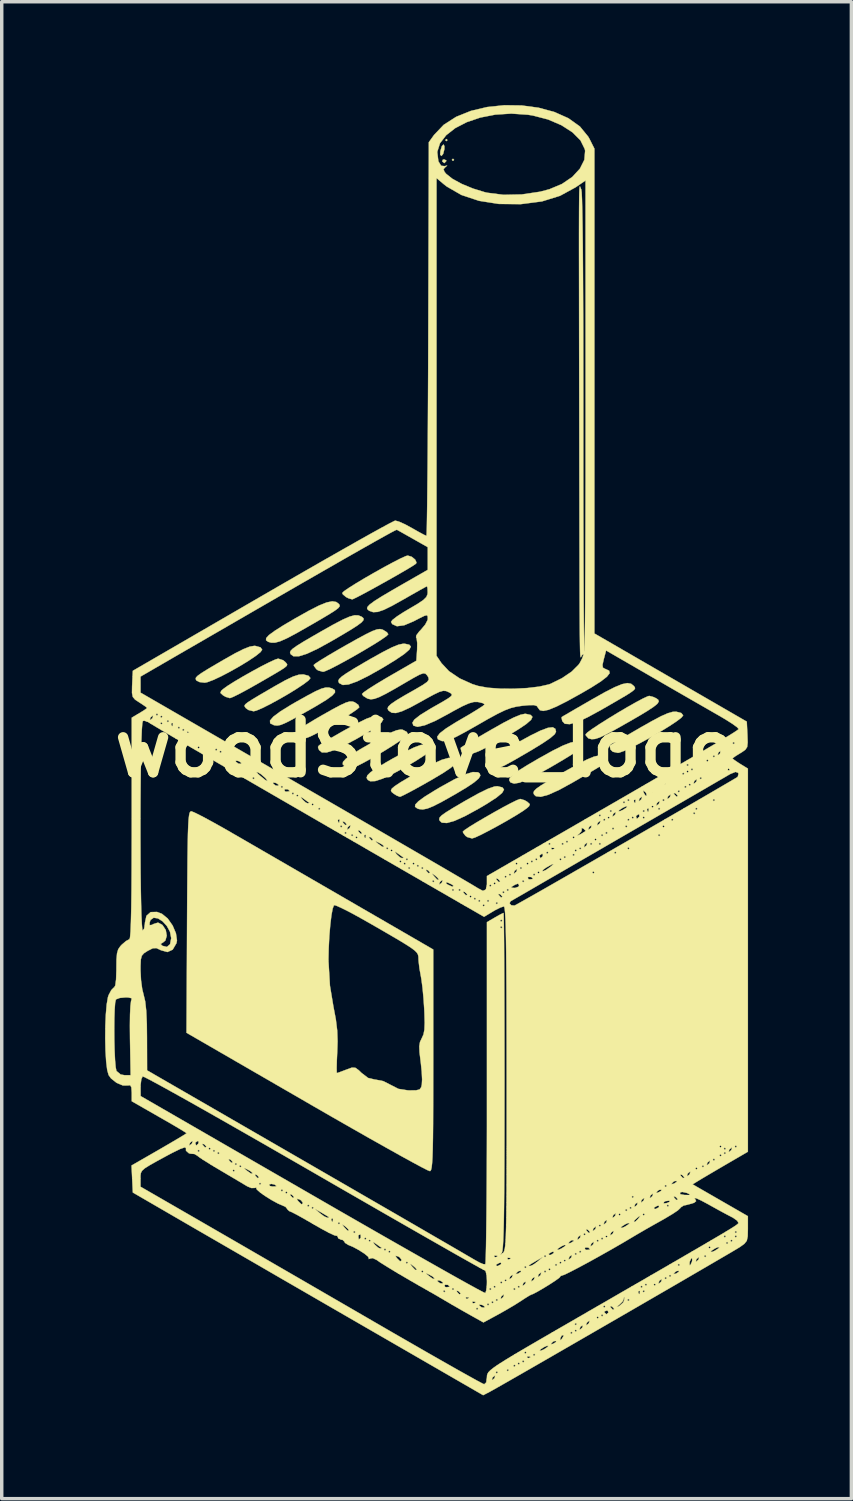
<source format=kicad_pcb>
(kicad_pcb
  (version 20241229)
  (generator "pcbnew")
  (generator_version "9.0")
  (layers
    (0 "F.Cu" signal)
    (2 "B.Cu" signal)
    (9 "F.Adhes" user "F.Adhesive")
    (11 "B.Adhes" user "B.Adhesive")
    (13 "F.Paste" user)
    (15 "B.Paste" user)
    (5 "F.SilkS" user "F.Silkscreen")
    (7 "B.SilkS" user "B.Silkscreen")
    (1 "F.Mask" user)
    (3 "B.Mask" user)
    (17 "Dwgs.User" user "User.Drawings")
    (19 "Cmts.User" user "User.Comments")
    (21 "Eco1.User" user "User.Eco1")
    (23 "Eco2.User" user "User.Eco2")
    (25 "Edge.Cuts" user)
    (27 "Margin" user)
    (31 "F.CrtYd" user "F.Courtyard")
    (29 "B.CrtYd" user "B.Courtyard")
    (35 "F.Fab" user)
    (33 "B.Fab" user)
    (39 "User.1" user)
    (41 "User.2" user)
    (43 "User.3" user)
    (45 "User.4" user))
  (footprint "woodStove_logo"
    (layer "F.Cu")
    (at 9.305 18.682)
    (property "Reference" "woodStove_logo" (at 0 0 0) (layer "F.SilkS") (effects (font (size 1.524 1.524) (thickness 0.3))))
    (attr through_hole)
    (fp_poly (pts (xy 0.637 -17.665) (xy 0.605 -17.634) (xy 0.573 -17.665) (xy 0.605 -17.697) (xy 0.637 -17.665)) (stroke (width 0.01) (type solid)) (fill yes) (layer "F.SilkS"))
    (fp_poly (pts (xy 0.828 -17.092) (xy 0.796 -17.061) (xy 0.764 -17.092) (xy 0.796 -17.124) (xy 0.828 -17.092)) (stroke (width 0.01) (type solid)) (fill yes) (layer "F.SilkS"))
    (fp_poly (pts (xy 0.548 -17.49) (xy 0.546 -17.399) (xy 0.511 -17.264) (xy 0.463 -17.204) (xy 0.425 -17.24) (xy 0.43 -17.346) (xy 0.473 -17.487) (xy 0.52 -17.538) (xy 0.548 -17.49)) (stroke (width 0.01) (type solid)) (fill yes) (layer "F.SilkS"))
    (fp_poly (pts (xy 0.603 -17.075) (xy 0.598 -17.05) (xy 0.546 -16.998) (xy 0.541 -16.997) (xy 0.49 -17.041) (xy 0.484 -17.05) (xy 0.503 -17.097) (xy 0.541 -17.103) (xy 0.603 -17.075)) (stroke (width 0.01) (type solid)) (fill yes) (layer "F.SilkS"))
    (fp_poly (pts (xy 0.124 -0.082) (xy 0.171 -0.022) (xy 0.119 0.071) (xy -0.038 0.201) (xy -0.305 0.373) (xy -0.565 0.525) (xy -0.952 0.736) (xy -1.248 0.875) (xy -1.464 0.945) (xy -1.608 0.949) (xy -1.676 0.912) (xy -1.712 0.85) (xy -1.688 0.778) (xy -1.594 0.686) (xy -1.416 0.564) (xy -1.144 0.4) (xy -0.959 0.294) (xy -0.598 0.097) (xy -0.329 -0.034) (xy -0.14 -0.103) (xy -0.02 -0.116) (xy 0.124 -0.082)) (stroke (width 0.01) (type solid)) (fill yes) (layer "F.SilkS"))
    (fp_poly (pts (xy 2.232 1.129) (xy 2.278 1.192) (xy 2.223 1.288) (xy 2.062 1.422) (xy 1.79 1.599) (xy 1.557 1.737) (xy 1.155 1.957) (xy 0.845 2.098) (xy 0.62 2.162) (xy 0.473 2.152) (xy 0.414 2.101) (xy 0.395 2.052) (xy 0.41 2.001) (xy 0.475 1.935) (xy 0.605 1.844) (xy 0.813 1.716) (xy 1.115 1.539) (xy 1.179 1.502) (xy 1.544 1.299) (xy 1.815 1.167) (xy 2.002 1.102) (xy 2.088 1.094) (xy 2.232 1.129)) (stroke (width 0.01) (type solid)) (fill yes) (layer "F.SilkS"))
    (fp_poly (pts (xy 1.52 0.689) (xy 1.568 0.719) (xy 1.592 0.784) (xy 1.543 0.869) (xy 1.411 0.982) (xy 1.186 1.133) (xy 0.858 1.329) (xy 0.803 1.36) (xy 0.473 1.546) (xy 0.229 1.671) (xy 0.051 1.743) (xy -0.082 1.769) (xy -0.19 1.757) (xy -0.239 1.74) (xy -0.305 1.692) (xy -0.297 1.625) (xy -0.205 1.529) (xy -0.022 1.396) (xy 0.263 1.219) (xy 0.43 1.12) (xy 0.833 0.897) (xy 1.144 0.752) (xy 1.371 0.683) (xy 1.52 0.689)) (stroke (width 0.01) (type solid)) (fill yes) (layer "F.SilkS"))
    (fp_poly (pts (xy -1.275 -0.91) (xy -1.227 -0.849) (xy -1.28 -0.756) (xy -1.437 -0.627) (xy -1.704 -0.455) (xy -1.965 -0.302) (xy -2.356 -0.091) (xy -2.654 0.047) (xy -2.87 0.114) (xy -3.012 0.112) (xy -3.091 0.044) (xy -3.097 0.029) (xy -3.116 -0.013) (xy -3.122 -0.046) (xy -3.101 -0.082) (xy -3.037 -0.132) (xy -2.913 -0.209) (xy -2.715 -0.324) (xy -2.426 -0.489) (xy -2.341 -0.537) (xy -1.982 -0.735) (xy -1.714 -0.865) (xy -1.527 -0.932) (xy -1.419 -0.943) (xy -1.275 -0.91)) (stroke (width 0.01) (type solid)) (fill yes) (layer "F.SilkS"))
    (fp_poly (pts (xy -0.668 -0.547) (xy -0.549 -0.486) (xy -0.509 -0.417) (xy -0.561 -0.357) (xy -0.702 -0.251) (xy -0.908 -0.114) (xy -1.154 0.041) (xy -1.418 0.198) (xy -1.675 0.344) (xy -1.901 0.464) (xy -2.073 0.545) (xy -2.164 0.572) (xy -2.304 0.538) (xy -2.349 0.515) (xy -2.405 0.458) (xy -2.397 0.388) (xy -2.314 0.297) (xy -2.147 0.175) (xy -1.883 0.013) (xy -1.599 -0.15) (xy -1.264 -0.335) (xy -1.018 -0.459) (xy -0.844 -0.529) (xy -0.724 -0.552) (xy -0.668 -0.547)) (stroke (width 0.01) (type solid)) (fill yes) (layer "F.SilkS"))
    (fp_poly (pts (xy -3.398 -2.113) (xy -3.342 -2.045) (xy -3.395 -1.979) (xy -3.537 -1.871) (xy -3.745 -1.733) (xy -3.993 -1.58) (xy -4.259 -1.427) (xy -4.517 -1.286) (xy -4.743 -1.173) (xy -4.914 -1.101) (xy -4.992 -1.082) (xy -5.142 -1.119) (xy -5.217 -1.173) (xy -5.246 -1.21) (xy -5.257 -1.244) (xy -5.233 -1.284) (xy -5.161 -1.342) (xy -5.027 -1.428) (xy -4.817 -1.554) (xy -4.517 -1.729) (xy -4.376 -1.811) (xy -4.069 -1.983) (xy -3.843 -2.091) (xy -3.677 -2.144) (xy -3.549 -2.152) (xy -3.398 -2.113)) (stroke (width 0.01) (type solid)) (fill yes) (layer "F.SilkS"))
    (fp_poly (pts (xy -2.8 -1.77) (xy -2.711 -1.744) (xy -2.632 -1.695) (xy -2.628 -1.629) (xy -2.708 -1.539) (xy -2.879 -1.414) (xy -3.151 -1.248) (xy -3.358 -1.129) (xy -3.69 -0.943) (xy -3.932 -0.811) (xy -4.102 -0.727) (xy -4.22 -0.682) (xy -4.306 -0.667) (xy -4.379 -0.674) (xy -4.408 -0.681) (xy -4.511 -0.732) (xy -4.516 -0.812) (xy -4.419 -0.925) (xy -4.216 -1.077) (xy -3.902 -1.271) (xy -3.76 -1.353) (xy -3.433 -1.536) (xy -3.195 -1.662) (xy -3.024 -1.738) (xy -2.899 -1.771) (xy -2.8 -1.77)) (stroke (width 0.01) (type solid)) (fill yes) (layer "F.SilkS"))
    (fp_poly (pts (xy -2.119 -1.364) (xy -2.059 -1.344) (xy -1.951 -1.268) (xy -1.924 -1.198) (xy -1.986 -1.141) (xy -2.137 -1.036) (xy -2.358 -0.896) (xy -2.627 -0.735) (xy -2.705 -0.69) (xy -3.074 -0.485) (xy -3.353 -0.347) (xy -3.553 -0.273) (xy -3.69 -0.258) (xy -3.776 -0.296) (xy -3.777 -0.297) (xy -3.813 -0.362) (xy -3.789 -0.438) (xy -3.692 -0.536) (xy -3.511 -0.664) (xy -3.234 -0.833) (xy -3.019 -0.958) (xy -2.7 -1.138) (xy -2.471 -1.26) (xy -2.311 -1.334) (xy -2.201 -1.366) (xy -2.119 -1.364)) (stroke (width 0.01) (type solid)) (fill yes) (layer "F.SilkS"))
    (fp_poly (pts (xy -0.607 -3.043) (xy -0.472 -3.014) (xy -0.426 -2.958) (xy -0.473 -2.87) (xy -0.619 -2.744) (xy -0.869 -2.574) (xy -1.228 -2.354) (xy -1.241 -2.346) (xy -1.661 -2.109) (xy -1.989 -1.948) (xy -2.233 -1.861) (xy -2.403 -1.845) (xy -2.506 -1.899) (xy -2.518 -1.916) (xy -2.533 -1.964) (xy -2.509 -2.018) (xy -2.433 -2.09) (xy -2.292 -2.189) (xy -2.073 -2.325) (xy -1.76 -2.509) (xy -1.594 -2.605) (xy -1.241 -2.802) (xy -0.978 -2.936) (xy -0.787 -3.014) (xy -0.651 -3.043) (xy -0.607 -3.043)) (stroke (width 0.01) (type solid)) (fill yes) (layer "F.SilkS"))
    (fp_poly (pts (xy 0.809 0.285) (xy 0.874 0.372) (xy 0.878 0.391) (xy 0.849 0.458) (xy 0.735 0.558) (xy 0.528 0.698) (xy 0.218 0.884) (xy 0.107 0.948) (xy -0.18 1.11) (xy -0.429 1.246) (xy -0.619 1.345) (xy -0.728 1.396) (xy -0.743 1.401) (xy -0.837 1.366) (xy -0.927 1.309) (xy -0.984 1.262) (xy -1.005 1.217) (xy -0.978 1.162) (xy -0.89 1.088) (xy -0.727 0.981) (xy -0.477 0.832) (xy -0.198 0.669) (xy 0.183 0.459) (xy 0.472 0.327) (xy 0.678 0.27) (xy 0.809 0.285)) (stroke (width 0.01) (type solid)) (fill yes) (layer "F.SilkS"))
    (fp_poly (pts (xy 2.911 -1.007) (xy 3.052 -0.975) (xy 3.104 -0.919) (xy 3.063 -0.833) (xy 2.923 -0.711) (xy 2.679 -0.548) (xy 2.325 -0.337) (xy 2.263 -0.301) (xy 1.861 -0.079) (xy 1.553 0.074) (xy 1.326 0.16) (xy 1.171 0.183) (xy 1.075 0.147) (xy 1.041 0.093) (xy 1.02 -0.005) (xy 1.027 -0.028) (xy 1.087 -0.066) (xy 1.238 -0.157) (xy 1.461 -0.287) (xy 1.734 -0.447) (xy 1.893 -0.539) (xy 2.267 -0.75) (xy 2.549 -0.895) (xy 2.751 -0.979) (xy 2.884 -1.008) (xy 2.911 -1.007)) (stroke (width 0.01) (type solid)) (fill yes) (layer "F.SilkS"))
    (fp_poly (pts (xy 3.769 -0.572) (xy 3.788 -0.487) (xy 3.748 -0.414) (xy 3.622 -0.305) (xy 3.402 -0.155) (xy 3.079 0.043) (xy 2.928 0.132) (xy 2.577 0.335) (xy 2.317 0.478) (xy 2.129 0.569) (xy 1.996 0.615) (xy 1.9 0.622) (xy 1.823 0.598) (xy 1.789 0.578) (xy 1.734 0.522) (xy 1.74 0.453) (xy 1.819 0.362) (xy 1.981 0.241) (xy 2.235 0.081) (xy 2.591 -0.127) (xy 2.637 -0.153) (xy 3.034 -0.371) (xy 3.336 -0.52) (xy 3.553 -0.601) (xy 3.694 -0.617) (xy 3.769 -0.572)) (stroke (width 0.01) (type solid)) (fill yes) (layer "F.SilkS"))
    (fp_poly (pts (xy 4.485 -0.179) (xy 4.522 -0.151) (xy 4.55 -0.105) (xy 4.536 -0.051) (xy 4.466 0.021) (xy 4.329 0.121) (xy 4.11 0.258) (xy 3.798 0.444) (xy 3.649 0.531) (xy 3.254 0.753) (xy 2.951 0.905) (xy 2.727 0.992) (xy 2.572 1.018) (xy 2.474 0.987) (xy 2.461 0.976) (xy 2.427 0.917) (xy 2.447 0.849) (xy 2.534 0.76) (xy 2.697 0.642) (xy 2.951 0.484) (xy 3.282 0.29) (xy 3.679 0.069) (xy 3.984 -0.084) (xy 4.212 -0.173) (xy 4.374 -0.203) (xy 4.485 -0.179)) (stroke (width 0.01) (type solid)) (fill yes) (layer "F.SilkS"))
    (fp_poly (pts (xy -4.94 -2.979) (xy -4.792 -2.938) (xy -4.743 -2.869) (xy -4.796 -2.796) (xy -4.94 -2.682) (xy -5.15 -2.541) (xy -5.402 -2.388) (xy -5.671 -2.236) (xy -5.934 -2.098) (xy -6.165 -1.99) (xy -6.34 -1.925) (xy -6.41 -1.912) (xy -6.564 -1.93) (xy -6.655 -1.977) (xy -6.656 -1.979) (xy -6.674 -2.02) (xy -6.665 -2.061) (xy -6.613 -2.115) (xy -6.504 -2.193) (xy -6.323 -2.306) (xy -6.055 -2.464) (xy -5.863 -2.576) (xy -5.529 -2.765) (xy -5.282 -2.889) (xy -5.102 -2.959) (xy -4.972 -2.981) (xy -4.94 -2.979)) (stroke (width 0.01) (type solid)) (fill yes) (layer "F.SilkS"))
    (fp_poly (pts (xy -2.594 -4.255) (xy -2.529 -4.209) (xy -2.497 -4.171) (xy -2.493 -4.132) (xy -2.531 -4.081) (xy -2.624 -4.01) (xy -2.785 -3.907) (xy -3.028 -3.762) (xy -3.367 -3.565) (xy -3.413 -3.539) (xy -3.766 -3.338) (xy -4.03 -3.199) (xy -4.225 -3.113) (xy -4.37 -3.074) (xy -4.483 -3.074) (xy -4.568 -3.098) (xy -4.631 -3.143) (xy -4.627 -3.206) (xy -4.546 -3.295) (xy -4.377 -3.419) (xy -4.113 -3.586) (xy -3.781 -3.781) (xy -3.392 -3.999) (xy -3.094 -4.151) (xy -2.871 -4.241) (xy -2.709 -4.274) (xy -2.594 -4.255)) (stroke (width 0.01) (type solid)) (fill yes) (layer "F.SilkS"))
    (fp_poly (pts (xy -1.951 -3.866) (xy -1.858 -3.828) (xy -1.846 -3.821) (xy -1.801 -3.78) (xy -1.801 -3.731) (xy -1.857 -3.664) (xy -1.982 -3.57) (xy -2.186 -3.44) (xy -2.483 -3.263) (xy -2.72 -3.125) (xy -3.129 -2.899) (xy -3.446 -2.751) (xy -3.679 -2.678) (xy -3.834 -2.678) (xy -3.915 -2.737) (xy -3.934 -2.784) (xy -3.92 -2.833) (xy -3.86 -2.895) (xy -3.74 -2.981) (xy -3.546 -3.102) (xy -3.263 -3.267) (xy -3.037 -3.397) (xy -2.677 -3.6) (xy -2.406 -3.742) (xy -2.207 -3.829) (xy -2.061 -3.869) (xy -1.951 -3.866)) (stroke (width 0.01) (type solid)) (fill yes) (layer "F.SilkS"))
    (fp_poly (pts (xy 7.425 -1.031) (xy 7.48 -0.962) (xy 7.427 -0.896) (xy 7.282 -0.786) (xy 7.069 -0.645) (xy 6.81 -0.486) (xy 6.528 -0.322) (xy 6.245 -0.167) (xy 5.985 -0.032) (xy 5.768 0.068) (xy 5.62 0.121) (xy 5.584 0.126) (xy 5.437 0.094) (xy 5.369 0.029) (xy 5.349 -0.067) (xy 5.355 -0.09) (xy 5.416 -0.128) (xy 5.567 -0.217) (xy 5.79 -0.348) (xy 6.063 -0.507) (xy 6.224 -0.601) (xy 6.576 -0.8) (xy 6.839 -0.939) (xy 7.032 -1.024) (xy 7.173 -1.065) (xy 7.275 -1.07) (xy 7.425 -1.031)) (stroke (width 0.01) (type solid)) (fill yes) (layer "F.SilkS"))
    (fp_poly (pts (xy 2.873 1.5) (xy 2.952 1.546) (xy 3.028 1.615) (xy 3.005 1.675) (xy 2.948 1.726) (xy 2.821 1.818) (xy 2.62 1.944) (xy 2.373 2.09) (xy 2.105 2.241) (xy 1.842 2.383) (xy 1.612 2.502) (xy 1.439 2.582) (xy 1.351 2.61) (xy 1.21 2.57) (xy 1.159 2.534) (xy 1.092 2.445) (xy 1.082 2.414) (xy 1.134 2.366) (xy 1.275 2.272) (xy 1.481 2.145) (xy 1.728 2) (xy 1.992 1.849) (xy 2.249 1.706) (xy 2.476 1.586) (xy 2.649 1.501) (xy 2.743 1.465) (xy 2.748 1.464) (xy 2.873 1.5)) (stroke (width 0.01) (type solid)) (fill yes) (layer "F.SilkS"))
    (fp_poly (pts (xy 5.134 0.217) (xy 5.209 0.274) (xy 5.217 0.282) (xy 5.246 0.319) (xy 5.255 0.352) (xy 5.232 0.393) (xy 5.163 0.451) (xy 5.033 0.536) (xy 4.83 0.659) (xy 4.541 0.828) (xy 4.277 0.982) (xy 3.878 1.201) (xy 3.569 1.34) (xy 3.346 1.401) (xy 3.203 1.384) (xy 3.151 1.337) (xy 3.133 1.287) (xy 3.15 1.234) (xy 3.217 1.166) (xy 3.347 1.074) (xy 3.555 0.946) (xy 3.854 0.772) (xy 4.032 0.671) (xy 4.402 0.465) (xy 4.682 0.321) (xy 4.886 0.236) (xy 5.032 0.203) (xy 5.134 0.217)) (stroke (width 0.01) (type solid)) (fill yes) (layer "F.SilkS"))
    (fp_poly (pts (xy 5.968 -1.88) (xy 6.044 -1.819) (xy 6.073 -1.782) (xy 6.083 -1.749) (xy 6.06 -1.709) (xy 5.991 -1.652) (xy 5.863 -1.568) (xy 5.661 -1.448) (xy 5.373 -1.281) (xy 5.094 -1.12) (xy 4.703 -0.907) (xy 4.403 -0.77) (xy 4.186 -0.708) (xy 4.044 -0.718) (xy 3.969 -0.797) (xy 3.969 -0.798) (xy 3.948 -0.893) (xy 3.955 -0.915) (xy 4.015 -0.952) (xy 4.167 -1.04) (xy 4.39 -1.17) (xy 4.664 -1.328) (xy 4.826 -1.422) (xy 5.205 -1.635) (xy 5.493 -1.782) (xy 5.706 -1.869) (xy 5.859 -1.9) (xy 5.968 -1.88)) (stroke (width 0.01) (type solid)) (fill yes) (layer "F.SilkS"))
    (fp_poly (pts (xy -4.135 -2.564) (xy -4.07 -2.51) (xy -4.035 -2.47) (xy -4.017 -2.437) (xy -4.031 -2.4) (xy -4.09 -2.349) (xy -4.208 -2.271) (xy -4.4 -2.157) (xy -4.679 -1.995) (xy -4.884 -1.877) (xy -5.158 -1.722) (xy -5.398 -1.593) (xy -5.579 -1.503) (xy -5.677 -1.465) (xy -5.683 -1.464) (xy -5.802 -1.5) (xy -5.881 -1.546) (xy -5.956 -1.615) (xy -5.933 -1.675) (xy -5.877 -1.726) (xy -5.746 -1.821) (xy -5.543 -1.949) (xy -5.294 -2.096) (xy -5.024 -2.248) (xy -4.762 -2.39) (xy -4.531 -2.507) (xy -4.36 -2.585) (xy -4.278 -2.61) (xy -4.135 -2.564)) (stroke (width 0.01) (type solid)) (fill yes) (layer "F.SilkS"))
    (fp_poly (pts (xy -1.253 -3.454) (xy -1.238 -3.448) (xy -1.122 -3.376) (xy -1.082 -3.318) (xy -1.135 -3.265) (xy -1.278 -3.165) (xy -1.488 -3.031) (xy -1.744 -2.877) (xy -2.024 -2.714) (xy -2.304 -2.557) (xy -2.562 -2.417) (xy -2.777 -2.307) (xy -2.925 -2.242) (xy -2.976 -2.228) (xy -3.118 -2.267) (xy -3.17 -2.304) (xy -3.237 -2.394) (xy -3.247 -2.425) (xy -3.194 -2.47) (xy -3.048 -2.565) (xy -2.828 -2.699) (xy -2.551 -2.862) (xy -2.32 -2.994) (xy -1.974 -3.188) (xy -1.719 -3.325) (xy -1.538 -3.413) (xy -1.412 -3.458) (xy -1.323 -3.469) (xy -1.253 -3.454)) (stroke (width 0.01) (type solid)) (fill yes) (layer "F.SilkS"))
    (fp_poly (pts (xy -0.401 -5.567) (xy -0.303 -5.487) (xy -0.263 -5.401) (xy -0.277 -5.368) (xy -0.354 -5.314) (xy -0.516 -5.215) (xy -0.741 -5.084) (xy -1.005 -4.933) (xy -1.286 -4.776) (xy -1.56 -4.624) (xy -1.804 -4.492) (xy -1.995 -4.392) (xy -2.11 -4.337) (xy -2.131 -4.331) (xy -2.237 -4.362) (xy -2.308 -4.398) (xy -2.399 -4.474) (xy -2.419 -4.516) (xy -2.366 -4.569) (xy -2.223 -4.667) (xy -2.012 -4.8) (xy -1.756 -4.953) (xy -1.476 -5.114) (xy -1.195 -5.271) (xy -0.935 -5.411) (xy -0.72 -5.521) (xy -0.57 -5.588) (xy -0.517 -5.602) (xy -0.401 -5.567)) (stroke (width 0.01) (type solid)) (fill yes) (layer "F.SilkS"))
    (fp_poly (pts (xy 6.604 -1.5) (xy 6.693 -1.46) (xy 6.755 -1.416) (xy 6.771 -1.365) (xy 6.729 -1.299) (xy 6.618 -1.209) (xy 6.426 -1.083) (xy 6.143 -0.914) (xy 5.834 -0.736) (xy 5.491 -0.542) (xy 5.238 -0.406) (xy 5.055 -0.321) (xy 4.923 -0.278) (xy 4.824 -0.271) (xy 4.738 -0.292) (xy 4.727 -0.297) (xy 4.653 -0.38) (xy 4.647 -0.413) (xy 4.699 -0.467) (xy 4.84 -0.57) (xy 5.048 -0.708) (xy 5.3 -0.867) (xy 5.575 -1.035) (xy 5.849 -1.197) (xy 6.102 -1.34) (xy 6.31 -1.451) (xy 6.451 -1.516) (xy 6.494 -1.528) (xy 6.604 -1.5)) (stroke (width 0.01) (type solid)) (fill yes) (layer "F.SilkS"))
    (fp_poly (pts (xy -6.713 1.856) (xy -6.536 1.944) (xy -6.286 2.077) (xy -5.984 2.244) (xy -5.648 2.435) (xy -5.622 2.451) (xy -5.217 2.685) (xy -4.742 2.96) (xy -4.237 3.252) (xy -3.74 3.54) (xy -3.31 3.789) (xy -2.852 4.054) (xy -2.339 4.351) (xy -1.813 4.656) (xy -1.316 4.943) (xy -0.923 5.171) (xy 0.223 5.835) (xy 0.223 9.044) (xy 0.222 9.773) (xy 0.221 10.386) (xy 0.219 10.891) (xy 0.215 11.298) (xy 0.209 11.619) (xy 0.201 11.862) (xy 0.19 12.038) (xy 0.177 12.156) (xy 0.161 12.228) (xy 0.141 12.262) (xy 0.127 12.269) (xy 0.057 12.241) (xy -0.114 12.154) (xy -0.376 12.013) (xy -0.719 11.825) (xy -1.133 11.593) (xy -1.61 11.325) (xy -2.139 11.024) (xy -2.711 10.697) (xy -3.316 10.348) (xy -3.454 10.268) (xy -6.94 8.252) (xy -6.929 6.143) (xy -2.82 6.143) (xy -2.776 6.885) (xy -2.677 7.48) (xy -2.604 7.867) (xy -2.565 8.188) (xy -2.554 8.501) (xy -2.564 8.801) (xy -2.576 9.064) (xy -2.581 9.272) (xy -2.579 9.397) (xy -2.573 9.422) (xy -2.505 9.4) (xy -2.362 9.346) (xy -2.301 9.323) (xy -2.143 9.265) (xy -2.041 9.267) (xy -1.94 9.339) (xy -1.859 9.418) (xy -1.668 9.564) (xy -1.466 9.612) (xy -1.447 9.613) (xy -1.223 9.658) (xy -1.012 9.766) (xy -0.787 9.881) (xy -0.513 9.924) (xy -0.469 9.925) (xy -0.276 9.923) (xy -0.173 9.898) (xy -0.126 9.832) (xy -0.108 9.756) (xy -0.1 9.609) (xy -0.111 9.382) (xy -0.138 9.12) (xy -0.143 9.082) (xy -0.175 8.818) (xy -0.182 8.643) (xy -0.161 8.519) (xy -0.11 8.411) (xy -0.108 8.407) (xy -0.06 8.301) (xy -0.033 8.162) (xy -0.025 7.964) (xy -0.033 7.676) (xy -0.038 7.569) (xy -0.059 7.254) (xy -0.087 6.953) (xy -0.119 6.709) (xy -0.135 6.615) (xy -0.177 6.385) (xy -0.202 6.169) (xy -0.205 6.116) (xy -0.207 6.046) (xy -0.219 5.986) (xy -0.252 5.927) (xy -0.319 5.86) (xy -0.432 5.776) (xy -0.605 5.666) (xy -0.849 5.519) (xy -1.177 5.328) (xy -1.601 5.083) (xy -1.64 5.061) (xy -1.957 4.882) (xy -2.235 4.732) (xy -2.458 4.621) (xy -2.605 4.557) (xy -2.658 4.547) (xy -2.696 4.644) (xy -2.733 4.843) (xy -2.766 5.118) (xy -2.794 5.446) (xy -2.812 5.8) (xy -2.82 6.143) (xy -6.929 6.143) (xy -6.924 5.033) (xy -6.92 4.308) (xy -6.915 3.701) (xy -6.911 3.2) (xy -6.905 2.797) (xy -6.899 2.479) (xy -6.89 2.238) (xy -6.88 2.064) (xy -6.866 1.945) (xy -6.851 1.872) (xy -6.831 1.835) (xy -6.808 1.823) (xy -6.799 1.822) (xy -6.713 1.856)) (stroke (width 0.01) (type solid)) (fill yes) (layer "F.SilkS"))
    (fp_poly (pts (xy 2.793 -18.67) (xy 3.283 -18.604) (xy 3.741 -18.48) (xy 4.147 -18.299) (xy 4.481 -18.06) (xy 4.723 -17.764) (xy 4.759 -17.7) (xy 4.902 -17.416) (xy 4.902 -3.341) (xy 7.114 -2.061) (xy 9.326 -0.781) (xy 9.345 -0.39) (xy 9.352 -0.174) (xy 9.337 -0.044) (xy 9.283 0.037) (xy 9.176 0.112) (xy 9.138 0.134) (xy 8.998 0.221) (xy 8.919 0.279) (xy 8.912 0.288) (xy 8.961 0.33) (xy 9.083 0.413) (xy 9.135 0.446) (xy 9.358 0.583) (xy 9.358 11.706) (xy 8.737 12.067) (xy 8.467 12.225) (xy 8.219 12.371) (xy 8.026 12.485) (xy 7.934 12.541) (xy 7.752 12.652) (xy 9.358 13.577) (xy 9.358 13.949) (xy 9.353 14.162) (xy 9.326 14.291) (xy 9.255 14.38) (xy 9.123 14.475) (xy 9.119 14.477) (xy 9.024 14.535) (xy 8.83 14.65) (xy 8.549 14.814) (xy 8.193 15.022) (xy 7.774 15.266) (xy 7.304 15.54) (xy 6.793 15.836) (xy 6.255 16.148) (xy 5.701 16.469) (xy 5.142 16.792) (xy 4.59 17.111) (xy 4.058 17.418) (xy 3.556 17.708) (xy 3.097 17.972) (xy 2.693 18.204) (xy 2.354 18.398) (xy 2.094 18.546) (xy 1.923 18.642) (xy 1.864 18.675) (xy 1.672 18.774) (xy -1.535 16.921) (xy -2.196 16.539) (xy -2.883 16.142) (xy -3.578 15.74) (xy -4.263 15.344) (xy -4.918 14.964) (xy -5.525 14.613) (xy -6.064 14.301) (xy -6.517 14.039) (xy -6.621 13.979) (xy -8.498 12.89) (xy -8.522 12.403) (xy -8.276 12.403) (xy -8.276 12.487) (xy -8.276 12.721) (xy -6.477 13.759) (xy -6.064 13.998) (xy -5.56 14.289) (xy -4.983 14.623) (xy -4.352 14.989) (xy -3.686 15.374) (xy -3.003 15.77) (xy -2.323 16.164) (xy -1.664 16.546) (xy -1.528 16.625) (xy -0.948 16.961) (xy -0.399 17.277) (xy 0.107 17.568) (xy 0.562 17.827) (xy 0.954 18.05) (xy 1.275 18.229) (xy 1.513 18.361) (xy 1.659 18.438) (xy 1.703 18.457) (xy 1.761 18.403) (xy 1.771 18.33) (xy 1.925 18.33) (xy 1.934 18.334) (xy 1.992 18.289) (xy 2.005 18.27) (xy 2.021 18.211) (xy 2.013 18.207) (xy 1.955 18.251) (xy 1.942 18.27) (xy 1.925 18.33) (xy 1.771 18.33) (xy 1.782 18.254) (xy 1.784 18.205) (xy 1.796 18.158) (xy 1.825 18.111) (xy 2.037 18.111) (xy 2.069 18.143) (xy 2.101 18.111) (xy 2.069 18.079) (xy 2.037 18.111) (xy 1.825 18.111) (xy 1.827 18.107) (xy 1.886 18.047) (xy 2.355 18.047) (xy 2.387 18.079) (xy 2.419 18.047) (xy 2.387 18.016) (xy 2.355 18.047) (xy 1.886 18.047) (xy 1.887 18.047) (xy 1.984 17.97) (xy 2.058 17.92) (xy 2.546 17.92) (xy 2.578 17.952) (xy 2.61 17.92) (xy 2.578 17.888) (xy 2.546 17.92) (xy 2.058 17.92) (xy 2.129 17.871) (xy 2.153 17.856) (xy 2.674 17.856) (xy 2.706 17.888) (xy 2.737 17.856) (xy 2.706 17.825) (xy 2.674 17.856) (xy 2.153 17.856) (xy 2.254 17.793) (xy 2.801 17.793) (xy 2.833 17.825) (xy 2.865 17.793) (xy 2.833 17.761) (xy 2.801 17.793) (xy 2.254 17.793) (xy 2.33 17.744) (xy 2.478 17.655) (xy 2.95 17.655) (xy 2.958 17.693) (xy 2.992 17.697) (xy 3.044 17.674) (xy 3.034 17.655) (xy 2.959 17.647) (xy 2.95 17.655) (xy 2.478 17.655) (xy 2.566 17.602) (xy 3.119 17.602) (xy 3.151 17.634) (xy 3.183 17.602) (xy 3.151 17.57) (xy 3.119 17.602) (xy 2.566 17.602) (xy 2.597 17.583) (xy 2.673 17.538) (xy 2.865 17.538) (xy 2.896 17.57) (xy 2.928 17.538) (xy 2.896 17.506) (xy 2.865 17.538) (xy 2.673 17.538) (xy 2.774 17.479) (xy 3.31 17.479) (xy 3.357 17.478) (xy 3.438 17.443) (xy 3.538 17.377) (xy 3.565 17.343) (xy 3.518 17.343) (xy 3.438 17.379) (xy 3.338 17.445) (xy 3.31 17.479) (xy 2.774 17.479) (xy 2.939 17.381) (xy 3.083 17.297) (xy 3.635 17.297) (xy 3.699 17.284) (xy 3.711 17.279) (xy 3.789 17.229) (xy 3.789 17.2) (xy 3.722 17.207) (xy 3.675 17.244) (xy 3.635 17.297) (xy 3.083 17.297) (xy 3.284 17.18) (xy 3.9 17.18) (xy 3.946 17.15) (xy 3.955 17.141) (xy 4.005 17.058) (xy 3.998 17.027) (xy 3.951 17.046) (xy 3.919 17.106) (xy 3.9 17.18) (xy 3.284 17.18) (xy 3.365 17.133) (xy 3.655 16.965) (xy 4.202 16.965) (xy 4.233 16.997) (xy 4.265 16.965) (xy 4.233 16.933) (xy 4.202 16.965) (xy 3.655 16.965) (xy 3.765 16.902) (xy 4.329 16.902) (xy 4.361 16.933) (xy 4.392 16.902) (xy 4.361 16.87) (xy 4.329 16.902) (xy 3.765 16.902) (xy 3.827 16.866) (xy 4.472 16.866) (xy 4.48 16.87) (xy 4.539 16.825) (xy 4.552 16.806) (xy 4.568 16.747) (xy 4.559 16.742) (xy 4.501 16.787) (xy 4.488 16.806) (xy 4.472 16.866) (xy 3.827 16.866) (xy 3.884 16.832) (xy 4.095 16.711) (xy 4.329 16.711) (xy 4.361 16.742) (xy 4.365 16.738) (xy 4.663 16.738) (xy 4.671 16.742) (xy 4.73 16.698) (xy 4.743 16.679) (xy 4.759 16.619) (xy 4.75 16.615) (xy 4.692 16.66) (xy 4.679 16.679) (xy 4.663 16.738) (xy 4.365 16.738) (xy 4.392 16.711) (xy 4.361 16.679) (xy 4.329 16.711) (xy 4.095 16.711) (xy 4.371 16.551) (xy 4.425 16.52) (xy 4.965 16.52) (xy 4.997 16.551) (xy 5.029 16.52) (xy 4.997 16.488) (xy 4.965 16.52) (xy 4.425 16.52) (xy 4.536 16.456) (xy 5.093 16.456) (xy 5.125 16.488) (xy 5.156 16.456) (xy 5.125 16.424) (xy 5.093 16.456) (xy 4.536 16.456) (xy 4.725 16.346) (xy 5.19 16.346) (xy 5.195 16.371) (xy 5.247 16.423) (xy 5.252 16.424) (xy 5.303 16.381) (xy 5.309 16.371) (xy 5.29 16.324) (xy 5.252 16.318) (xy 5.19 16.346) (xy 4.725 16.346) (xy 4.976 16.201) (xy 5.156 16.201) (xy 5.188 16.233) (xy 5.22 16.201) (xy 5.206 16.188) (xy 5.358 16.188) (xy 5.373 16.223) (xy 5.437 16.292) (xy 5.474 16.278) (xy 5.475 16.269) (xy 5.429 16.215) (xy 5.421 16.209) (xy 5.551 16.209) (xy 5.566 16.211) (xy 5.629 16.181) (xy 5.736 16.084) (xy 5.768 16.012) (xy 5.768 16.01) (xy 5.857 16.01) (xy 5.888 16.042) (xy 5.92 16.01) (xy 5.888 15.978) (xy 5.857 16.01) (xy 5.768 16.01) (xy 5.771 15.93) (xy 5.762 15.925) (xy 5.751 15.992) (xy 5.715 16.061) (xy 5.634 16.139) (xy 5.551 16.209) (xy 5.421 16.209) (xy 5.401 16.195) (xy 5.358 16.188) (xy 5.206 16.188) (xy 5.188 16.169) (xy 5.156 16.201) (xy 4.976 16.201) (xy 5.199 16.073) (xy 5.692 15.787) (xy 6.175 15.787) (xy 6.198 15.84) (xy 6.217 15.83) (xy 6.225 15.756) (xy 6.302 15.756) (xy 6.334 15.787) (xy 6.366 15.756) (xy 6.334 15.724) (xy 6.302 15.756) (xy 6.225 15.756) (xy 6.225 15.754) (xy 6.217 15.745) (xy 6.18 15.754) (xy 6.175 15.787) (xy 5.692 15.787) (xy 5.923 15.654) (xy 5.968 15.628) (xy 6.239 15.628) (xy 6.27 15.66) (xy 6.302 15.628) (xy 6.27 15.596) (xy 6.239 15.628) (xy 5.968 15.628) (xy 6.078 15.565) (xy 6.366 15.565) (xy 6.398 15.596) (xy 6.43 15.565) (xy 6.621 15.565) (xy 6.652 15.596) (xy 6.684 15.565) (xy 6.652 15.533) (xy 6.621 15.565) (xy 6.43 15.565) (xy 6.398 15.533) (xy 6.366 15.565) (xy 6.078 15.565) (xy 6.14 15.529) (xy 6.763 15.529) (xy 6.772 15.533) (xy 6.83 15.488) (xy 6.843 15.469) (xy 6.86 15.41) (xy 6.851 15.406) (xy 6.793 15.45) (xy 6.78 15.469) (xy 6.763 15.529) (xy 6.14 15.529) (xy 6.408 15.374) (xy 6.939 15.374) (xy 6.971 15.406) (xy 7.003 15.374) (xy 6.971 15.342) (xy 6.939 15.374) (xy 6.408 15.374) (xy 6.518 15.31) (xy 7.066 15.31) (xy 7.098 15.342) (xy 7.13 15.31) (xy 7.098 15.278) (xy 7.066 15.31) (xy 6.518 15.31) (xy 6.551 15.291) (xy 6.604 15.26) (xy 7.2 15.26) (xy 7.264 15.247) (xy 7.276 15.242) (xy 7.354 15.192) (xy 7.354 15.163) (xy 7.287 15.17) (xy 7.24 15.207) (xy 7.2 15.26) (xy 6.604 15.26) (xy 7.068 14.992) (xy 7.321 14.992) (xy 7.353 15.024) (xy 7.384 14.992) (xy 7.353 14.96) (xy 7.321 14.992) (xy 7.068 14.992) (xy 7.09 14.979) (xy 7.164 14.936) (xy 7.663 14.936) (xy 7.67 15.002) (xy 7.688 14.996) (xy 7.732 14.903) (xy 7.735 14.892) (xy 7.846 14.892) (xy 7.854 14.896) (xy 7.912 14.851) (xy 7.926 14.833) (xy 7.942 14.773) (xy 7.933 14.769) (xy 7.875 14.814) (xy 7.862 14.833) (xy 7.846 14.892) (xy 7.735 14.892) (xy 7.742 14.857) (xy 7.736 14.791) (xy 7.717 14.797) (xy 7.673 14.889) (xy 7.663 14.936) (xy 7.164 14.936) (xy 7.507 14.737) (xy 8.085 14.737) (xy 8.117 14.769) (xy 8.148 14.737) (xy 8.117 14.705) (xy 8.085 14.737) (xy 7.507 14.737) (xy 7.546 14.714) (xy 7.718 14.614) (xy 8.276 14.614) (xy 8.322 14.614) (xy 8.403 14.578) (xy 8.503 14.512) (xy 8.53 14.478) (xy 8.484 14.478) (xy 8.403 14.514) (xy 8.303 14.58) (xy 8.276 14.614) (xy 7.718 14.614) (xy 7.926 14.493) (xy 7.945 14.482) (xy 8.212 14.482) (xy 8.244 14.514) (xy 8.276 14.482) (xy 8.244 14.451) (xy 8.212 14.482) (xy 7.945 14.482) (xy 8.162 14.355) (xy 8.721 14.355) (xy 8.753 14.387) (xy 8.785 14.355) (xy 8.753 14.323) (xy 8.721 14.355) (xy 8.162 14.355) (xy 8.238 14.311) (xy 8.271 14.291) (xy 8.849 14.291) (xy 8.88 14.323) (xy 8.912 14.291) (xy 8.88 14.26) (xy 8.849 14.291) (xy 8.271 14.291) (xy 8.487 14.164) (xy 8.488 14.164) (xy 8.658 14.164) (xy 8.689 14.196) (xy 8.721 14.164) (xy 8.976 14.164) (xy 9.008 14.196) (xy 9.04 14.164) (xy 9.008 14.132) (xy 8.976 14.164) (xy 8.721 14.164) (xy 8.689 14.132) (xy 8.658 14.164) (xy 8.488 14.164) (xy 8.682 14.049) (xy 8.701 14.037) (xy 8.976 14.037) (xy 9.008 14.069) (xy 9.04 14.037) (xy 9.008 14.005) (xy 8.976 14.037) (xy 8.701 14.037) (xy 8.828 13.96) (xy 8.934 13.894) (xy 9.005 13.847) (xy 9.049 13.814) (xy 9.073 13.793) (xy 9.083 13.778) (xy 9.085 13.774) (xy 9.048 13.708) (xy 8.93 13.624) (xy 8.898 13.607) (xy 8.743 13.526) (xy 8.521 13.406) (xy 8.272 13.268) (xy 8.212 13.234) (xy 8.01 13.126) (xy 7.87 13.061) (xy 7.81 13.049) (xy 7.816 13.064) (xy 7.856 13.139) (xy 7.799 13.187) (xy 7.72 13.213) (xy 7.575 13.251) (xy 7.494 13.268) (xy 7.415 13.318) (xy 7.398 13.34) (xy 7.326 13.408) (xy 7.174 13.51) (xy 6.93 13.656) (xy 6.621 13.829) (xy 6.392 13.959) (xy 6.134 14.109) (xy 6.016 14.179) (xy 5.718 14.356) (xy 5.392 14.544) (xy 5.058 14.732) (xy 4.737 14.91) (xy 4.447 15.066) (xy 4.208 15.19) (xy 4.041 15.272) (xy 3.966 15.299) (xy 3.909 15.317) (xy 3.914 15.33) (xy 3.876 15.371) (xy 3.759 15.455) (xy 3.593 15.563) (xy 3.41 15.675) (xy 3.241 15.773) (xy 3.118 15.837) (xy 3.076 15.851) (xy 3.011 15.884) (xy 2.877 15.967) (xy 2.781 16.031) (xy 2.584 16.156) (xy 2.331 16.305) (xy 2.098 16.436) (xy 1.681 16.662) (xy 1.325 16.463) (xy 1.066 16.317) (xy 0.976 16.265) (xy 1.464 16.265) (xy 1.496 16.297) (xy 1.528 16.265) (xy 1.496 16.233) (xy 1.464 16.265) (xy 0.976 16.265) (xy 0.775 16.149) (xy 0.76 16.141) (xy 1.554 16.141) (xy 1.56 16.17) (xy 1.628 16.223) (xy 1.701 16.232) (xy 1.719 16.208) (xy 1.669 16.167) (xy 1.62 16.145) (xy 1.554 16.141) (xy 0.76 16.141) (xy 0.755 16.138) (xy 1.782 16.138) (xy 1.814 16.169) (xy 1.846 16.138) (xy 1.814 16.106) (xy 1.782 16.138) (xy 0.755 16.138) (xy 0.628 16.063) (xy 1.358 16.063) (xy 1.367 16.101) (xy 1.401 16.106) (xy 1.453 16.082) (xy 1.448 16.074) (xy 1.91 16.074) (xy 1.942 16.106) (xy 1.973 16.074) (xy 1.942 16.042) (xy 1.91 16.074) (xy 1.448 16.074) (xy 1.443 16.063) (xy 1.367 16.056) (xy 1.358 16.063) (xy 0.628 16.063) (xy 0.596 16.044) (xy 0.538 16.01) (xy 2.037 16.01) (xy 2.069 16.042) (xy 2.101 16.01) (xy 2.069 15.978) (xy 2.037 16.01) (xy 0.538 16.01) (xy 0.411 15.936) (xy 1.167 15.936) (xy 1.176 15.974) (xy 1.21 15.978) (xy 1.219 15.974) (xy 2.18 15.974) (xy 2.189 15.978) (xy 2.247 15.934) (xy 2.26 15.915) (xy 2.276 15.855) (xy 2.267 15.851) (xy 2.209 15.896) (xy 2.196 15.915) (xy 2.18 15.974) (xy 1.219 15.974) (xy 1.262 15.955) (xy 1.252 15.936) (xy 1.176 15.928) (xy 1.167 15.936) (xy 0.411 15.936) (xy 0.385 15.92) (xy 0.202 15.814) (xy 0.1 15.756) (xy 0.509 15.756) (xy 0.541 15.787) (xy 0.573 15.756) (xy 0.559 15.742) (xy 0.901 15.742) (xy 0.917 15.778) (xy 0.981 15.846) (xy 1.018 15.832) (xy 1.019 15.823) (xy 0.973 15.769) (xy 0.945 15.75) (xy 0.901 15.742) (xy 0.559 15.742) (xy 0.541 15.724) (xy 0.509 15.756) (xy 0.1 15.756) (xy 0.095 15.753) (xy -0.012 15.692) (xy 0.764 15.692) (xy 0.796 15.724) (xy 0.828 15.692) (xy 0.796 15.66) (xy 0.764 15.692) (xy -0.012 15.692) (xy -0.202 15.585) (xy 0.548 15.585) (xy 0.567 15.632) (xy 0.608 15.639) (xy 0.691 15.629) (xy 0.7 15.621) (xy 0.653 15.572) (xy 0.571 15.567) (xy 0.548 15.585) (xy -0.202 15.585) (xy -0.231 15.568) (xy -0.452 15.44) (xy 0.345 15.44) (xy 0.351 15.47) (xy 0.419 15.523) (xy 0.492 15.532) (xy 0.509 15.508) (xy 0.459 15.467) (xy 0.41 15.445) (xy 0.345 15.44) (xy -0.452 15.44) (xy -0.556 15.38) (xy -0.807 15.232) (xy 0.014 15.232) (xy 0.025 15.252) (xy 0.092 15.307) (xy 0.205 15.39) (xy 0.25 15.397) (xy 0.255 15.376) (xy 0.205 15.329) (xy 0.111 15.277) (xy 0.014 15.232) (xy -0.807 15.232) (xy -0.858 15.202) (xy -0.89 15.183) (xy -0.127 15.183) (xy -0.095 15.215) (xy -0.064 15.183) (xy -0.095 15.151) (xy -0.127 15.183) (xy -0.89 15.183) (xy -1.115 15.046) (xy -1.252 14.96) (xy -0.441 14.96) (xy -0.426 14.993) (xy -0.39 15.039) (xy -0.297 15.138) (xy -0.256 15.138) (xy -0.255 15.127) (xy -0.298 15.074) (xy -0.366 15.015) (xy -0.441 14.96) (xy -1.252 14.96) (xy -1.303 14.928) (xy -0.573 14.928) (xy -0.541 14.96) (xy -0.509 14.928) (xy -0.541 14.896) (xy -0.573 14.928) (xy -1.303 14.928) (xy -1.306 14.927) (xy -1.409 14.855) (xy -1.412 14.852) (xy -1.533 14.794) (xy -1.603 14.805) (xy -1.653 14.822) (xy -1.643 14.804) (xy -1.669 14.751) (xy -1.699 14.726) (xy -0.873 14.726) (xy -0.844 14.78) (xy -0.829 14.799) (xy -0.739 14.888) (xy -0.702 14.867) (xy -0.7 14.839) (xy -0.751 14.771) (xy -0.805 14.742) (xy -0.873 14.726) (xy -1.699 14.726) (xy -1.776 14.663) (xy -1.859 14.61) (xy -1.082 14.61) (xy -1.05 14.642) (xy -1.019 14.61) (xy -1.05 14.578) (xy -1.082 14.61) (xy -1.859 14.61) (xy -1.934 14.561) (xy -1.962 14.546) (xy -1.21 14.546) (xy -1.178 14.578) (xy -1.146 14.546) (xy -1.178 14.514) (xy -1.21 14.546) (xy -1.962 14.546) (xy -2.109 14.467) (xy -2.244 14.411) (xy -2.338 14.352) (xy -2.351 14.325) (xy -1.519 14.325) (xy -1.515 14.347) (xy -1.472 14.403) (xy -1.375 14.492) (xy -1.318 14.514) (xy -1.274 14.502) (xy -1.278 14.496) (xy -1.345 14.449) (xy -1.432 14.385) (xy -1.519 14.325) (xy -2.351 14.325) (xy -2.355 14.316) (xy -2.381 14.291) (xy -1.655 14.291) (xy -1.623 14.323) (xy -1.591 14.291) (xy -1.623 14.26) (xy -1.655 14.291) (xy -2.381 14.291) (xy -2.407 14.266) (xy -2.451 14.26) (xy -2.535 14.22) (xy -2.546 14.185) (xy -2.555 14.167) (xy -1.952 14.167) (xy -1.938 14.253) (xy -1.905 14.228) (xy -1.782 14.228) (xy -1.751 14.26) (xy -1.719 14.228) (xy -1.751 14.196) (xy -1.782 14.228) (xy -1.905 14.228) (xy -1.892 14.218) (xy -1.881 14.2) (xy -1.884 14.12) (xy -1.898 14.108) (xy -1.946 14.127) (xy -1.952 14.167) (xy -2.555 14.167) (xy -2.569 14.139) (xy -2.583 14.148) (xy -2.649 14.132) (xy -2.8 14.061) (xy -2.845 14.037) (xy -2.101 14.037) (xy -2.069 14.069) (xy -2.037 14.037) (xy -2.069 14.005) (xy -2.101 14.037) (xy -2.845 14.037) (xy -3.015 13.947) (xy -3.245 13.815) (xy -2.415 13.815) (xy -2.399 13.847) (xy -2.364 13.894) (xy -2.271 13.993) (xy -2.229 13.992) (xy -2.228 13.981) (xy -2.272 13.928) (xy -2.339 13.87) (xy -2.415 13.815) (xy -3.245 13.815) (xy -3.257 13.808) (xy -3.301 13.782) (xy -2.546 13.782) (xy -2.515 13.814) (xy -2.483 13.782) (xy -2.515 13.75) (xy -2.546 13.782) (xy -3.301 13.782) (xy -3.466 13.687) (xy -2.737 13.687) (xy -2.714 13.739) (xy -2.695 13.729) (xy -2.687 13.654) (xy -2.695 13.644) (xy -2.733 13.653) (xy -2.737 13.687) (xy -3.466 13.687) (xy -3.513 13.66) (xy -3.73 13.539) (xy -3.885 13.459) (xy -3.952 13.432) (xy -4.009 13.384) (xy -4.011 13.373) (xy -4.04 13.337) (xy -3.31 13.337) (xy -3.278 13.368) (xy -3.271 13.361) (xy -3.215 13.361) (xy -3.065 13.492) (xy -2.939 13.585) (xy -2.847 13.623) (xy -2.801 13.61) (xy -2.806 13.604) (xy -2.874 13.562) (xy -3.005 13.484) (xy -3.024 13.473) (xy -3.215 13.361) (xy -3.271 13.361) (xy -3.247 13.337) (xy -3.278 13.305) (xy -3.31 13.337) (xy -4.04 13.337) (xy -4.063 13.308) (xy -4.137 13.273) (xy -4.138 13.273) (xy -3.438 13.273) (xy -3.406 13.305) (xy -3.374 13.273) (xy -3.406 13.241) (xy -3.438 13.273) (xy -4.138 13.273) (xy -4.285 13.21) (xy -4.466 13.111) (xy -4.531 13.071) (xy -3.738 13.071) (xy -3.709 13.125) (xy -3.693 13.144) (xy -3.604 13.232) (xy -3.567 13.212) (xy -3.565 13.184) (xy -3.616 13.116) (xy -3.669 13.087) (xy -3.738 13.071) (xy -4.531 13.071) (xy -4.649 12.997) (xy -4.728 12.941) (xy -3.937 12.941) (xy -3.921 12.977) (xy -3.857 13.045) (xy -3.82 13.031) (xy -3.82 13.022) (xy -3.865 12.968) (xy -3.893 12.949) (xy -3.937 12.941) (xy -4.728 12.941) (xy -4.799 12.891) (xy -4.074 12.891) (xy -4.042 12.923) (xy -4.011 12.891) (xy -4.042 12.859) (xy -4.074 12.891) (xy -4.799 12.891) (xy -4.804 12.887) (xy -4.871 12.827) (xy -4.202 12.827) (xy -4.17 12.859) (xy -4.138 12.827) (xy -4.17 12.795) (xy -4.202 12.827) (xy -4.871 12.827) (xy -4.901 12.801) (xy -4.916 12.762) (xy -4.915 12.741) (xy -4.948 12.756) (xy -5.055 12.76) (xy -5.171 12.713) (xy -5.283 12.646) (xy -5.298 12.636) (xy -4.838 12.636) (xy -4.806 12.668) (xy -4.796 12.658) (xy -4.545 12.658) (xy -4.518 12.7) (xy -4.452 12.715) (xy -4.351 12.713) (xy -4.329 12.703) (xy -4.379 12.66) (xy -4.478 12.639) (xy -4.545 12.658) (xy -4.796 12.658) (xy -4.774 12.636) (xy -4.806 12.605) (xy -4.838 12.636) (xy -5.298 12.636) (xy -5.476 12.531) (xy -5.722 12.385) (xy -5.751 12.368) (xy -4.955 12.368) (xy -4.94 12.404) (xy -4.876 12.472) (xy -4.839 12.458) (xy -4.838 12.449) (xy -4.883 12.395) (xy -4.912 12.376) (xy -4.955 12.368) (xy -5.751 12.368) (xy -5.944 12.254) (xy -5.602 12.254) (xy -5.57 12.286) (xy -5.538 12.254) (xy -5.57 12.223) (xy -5.602 12.254) (xy -5.944 12.254) (xy -5.952 12.249) (xy -6.074 12.176) (xy -5.27 12.176) (xy -5.259 12.196) (xy -5.192 12.251) (xy -5.078 12.334) (xy -5.033 12.342) (xy -5.029 12.32) (xy -5.079 12.274) (xy -5.172 12.221) (xy -5.27 12.176) (xy -6.074 12.176) (xy -6.156 12.127) (xy -5.411 12.127) (xy -5.379 12.159) (xy -5.347 12.127) (xy -5.379 12.095) (xy -5.411 12.127) (xy -6.156 12.127) (xy -6.207 12.097) (xy -6.261 12.063) (xy -5.538 12.063) (xy -5.507 12.095) (xy -5.475 12.063) (xy -5.507 12.032) (xy -5.538 12.063) (xy -6.261 12.063) (xy -6.42 11.964) (xy -6.483 11.923) (xy -5.719 11.923) (xy -5.704 11.958) (xy -5.639 12.026) (xy -5.603 12.012) (xy -5.602 12.004) (xy -5.647 11.95) (xy -5.676 11.93) (xy -5.719 11.923) (xy -6.483 11.923) (xy -6.569 11.866) (xy -6.628 11.82) (xy -6.711 11.771) (xy -6.723 11.771) (xy -6.873 11.749) (xy -6.878 11.745) (xy -6.048 11.745) (xy -6.016 11.777) (xy -5.984 11.745) (xy -6.016 11.713) (xy -6.048 11.745) (xy -6.878 11.745) (xy -6.948 11.681) (xy -6.621 11.681) (xy -6.589 11.713) (xy -6.557 11.681) (xy -6.175 11.681) (xy -6.143 11.713) (xy -6.111 11.681) (xy -6.143 11.65) (xy -6.175 11.681) (xy -6.557 11.681) (xy -6.589 11.65) (xy -6.621 11.681) (xy -6.948 11.681) (xy -6.956 11.674) (xy -6.956 11.618) (xy -6.302 11.618) (xy -6.27 11.65) (xy -6.239 11.618) (xy -6.27 11.586) (xy -6.302 11.618) (xy -6.956 11.618) (xy -6.956 11.603) (xy -6.986 11.578) (xy -7.12 11.624) (xy -7.359 11.741) (xy -7.485 11.808) (xy -7.796 11.977) (xy -8.012 12.099) (xy -8.152 12.187) (xy -8.231 12.258) (xy -8.266 12.325) (xy -8.276 12.403) (xy -8.522 12.403) (xy -8.536 12.106) (xy -7.737 11.646) (xy -7.517 11.518) (xy -6.86 11.518) (xy -6.851 11.522) (xy -6.793 11.477) (xy -6.78 11.459) (xy -6.684 11.459) (xy -6.662 11.521) (xy -6.656 11.522) (xy -6.602 11.478) (xy -6.601 11.477) (xy -6.483 11.477) (xy -6.467 11.512) (xy -6.403 11.581) (xy -6.367 11.567) (xy -6.366 11.558) (xy -6.411 11.504) (xy -6.439 11.484) (xy -6.483 11.477) (xy -6.601 11.477) (xy -6.589 11.459) (xy -6.594 11.4) (xy -6.617 11.395) (xy -6.682 11.441) (xy -6.684 11.459) (xy -6.78 11.459) (xy -6.763 11.399) (xy -6.772 11.395) (xy -6.83 11.44) (xy -6.843 11.459) (xy -6.86 11.518) (xy -7.517 11.518) (xy -7.455 11.482) (xy -7.216 11.341) (xy -7.04 11.236) (xy -6.948 11.176) (xy -6.939 11.168) (xy -6.991 11.132) (xy -7.134 11.044) (xy -7.349 10.917) (xy -7.616 10.763) (xy -7.735 10.695) (xy -8.53 10.24) (xy -8.53 9.992) (xy -8.541 9.832) (xy -8.547 9.823) (xy -8.274 9.823) (xy -8.272 10.09) (xy -3.292 12.964) (xy -2.561 13.386) (xy -1.861 13.788) (xy -1.2 14.167) (xy -0.586 14.517) (xy -0.027 14.835) (xy 0.469 15.116) (xy 0.895 15.356) (xy 1.242 15.549) (xy 1.503 15.692) (xy 1.67 15.78) (xy 1.734 15.809) (xy 1.735 15.809) (xy 1.762 15.734) (xy 1.767 15.692) (xy 1.846 15.692) (xy 1.878 15.724) (xy 1.91 15.692) (xy 2.546 15.692) (xy 2.578 15.724) (xy 2.61 15.692) (xy 2.578 15.66) (xy 2.546 15.692) (xy 1.91 15.692) (xy 1.878 15.66) (xy 1.846 15.692) (xy 1.767 15.692) (xy 1.774 15.628) (xy 1.973 15.628) (xy 2.005 15.66) (xy 2.037 15.628) (xy 2.674 15.628) (xy 2.706 15.66) (xy 2.737 15.628) (xy 2.706 15.596) (xy 2.674 15.628) (xy 2.037 15.628) (xy 2.005 15.596) (xy 1.973 15.628) (xy 1.774 15.628) (xy 1.778 15.592) (xy 2.817 15.592) (xy 2.825 15.596) (xy 2.883 15.552) (xy 2.896 15.533) (xy 2.913 15.473) (xy 2.904 15.469) (xy 2.846 15.514) (xy 2.833 15.533) (xy 2.817 15.592) (xy 1.778 15.592) (xy 1.78 15.575) (xy 1.782 15.501) (xy 2.164 15.501) (xy 2.196 15.533) (xy 2.228 15.501) (xy 2.196 15.469) (xy 2.164 15.501) (xy 1.782 15.501) (xy 1.782 15.465) (xy 1.781 15.437) (xy 2.292 15.437) (xy 2.324 15.469) (xy 2.328 15.465) (xy 3.071 15.465) (xy 3.08 15.469) (xy 3.138 15.424) (xy 3.151 15.406) (xy 3.167 15.346) (xy 3.159 15.342) (xy 3.101 15.387) (xy 3.087 15.406) (xy 3.071 15.465) (xy 2.328 15.465) (xy 2.355 15.437) (xy 2.324 15.406) (xy 2.292 15.437) (xy 1.781 15.437) (xy 1.779 15.401) (xy 2.435 15.401) (xy 2.443 15.406) (xy 2.501 15.361) (xy 2.515 15.342) (xy 2.516 15.338) (xy 3.262 15.338) (xy 3.271 15.342) (xy 3.329 15.297) (xy 3.342 15.278) (xy 3.358 15.219) (xy 3.35 15.215) (xy 3.292 15.259) (xy 3.278 15.278) (xy 3.262 15.338) (xy 2.516 15.338) (xy 2.531 15.282) (xy 2.522 15.278) (xy 2.464 15.323) (xy 2.451 15.342) (xy 2.435 15.401) (xy 1.779 15.401) (xy 1.771 15.285) (xy 1.765 15.26) (xy 2.616 15.26) (xy 2.68 15.247) (xy 2.692 15.242) (xy 2.77 15.192) (xy 2.77 15.183) (xy 3.438 15.183) (xy 3.469 15.215) (xy 3.501 15.183) (xy 3.469 15.151) (xy 3.438 15.183) (xy 2.77 15.183) (xy 2.771 15.163) (xy 2.704 15.17) (xy 2.657 15.207) (xy 2.616 15.26) (xy 1.765 15.26) (xy 1.743 15.171) (xy 1.722 15.151) (xy 1.659 15.12) (xy 1.657 15.119) (xy 3.565 15.119) (xy 3.597 15.151) (xy 3.629 15.119) (xy 3.597 15.087) (xy 3.565 15.119) (xy 1.657 15.119) (xy 1.541 15.055) (xy 2.865 15.055) (xy 2.896 15.087) (xy 2.928 15.055) (xy 2.896 15.024) (xy 2.865 15.055) (xy 1.541 15.055) (xy 1.494 15.029) (xy 1.418 14.987) (xy 2.046 14.987) (xy 2.061 15.02) (xy 2.097 15.024) (xy 2.126 15.008) (xy 2.998 15.008) (xy 3.004 15.022) (xy 3.038 15.024) (xy 3.114 14.992) (xy 3.756 14.992) (xy 3.788 15.024) (xy 3.82 14.992) (xy 3.788 14.96) (xy 3.756 14.992) (xy 3.114 14.992) (xy 3.13 14.985) (xy 3.207 14.928) (xy 3.883 14.928) (xy 3.915 14.96) (xy 3.947 14.928) (xy 3.915 14.896) (xy 3.883 14.928) (xy 3.207 14.928) (xy 3.255 14.892) (xy 3.288 14.864) (xy 4.011 14.864) (xy 4.042 14.896) (xy 4.074 14.864) (xy 4.042 14.833) (xy 4.011 14.864) (xy 3.288 14.864) (xy 3.329 14.828) (xy 4.153 14.828) (xy 4.162 14.833) (xy 4.22 14.788) (xy 4.233 14.769) (xy 4.25 14.709) (xy 4.241 14.705) (xy 4.183 14.75) (xy 4.17 14.769) (xy 4.153 14.828) (xy 3.329 14.828) (xy 3.406 14.761) (xy 3.215 14.873) (xy 3.061 14.964) (xy 2.998 15.008) (xy 2.126 15.008) (xy 2.183 14.977) (xy 2.196 14.961) (xy 2.186 14.924) (xy 2.136 14.936) (xy 2.046 14.987) (xy 1.418 14.987) (xy 1.234 14.884) (xy 0.888 14.689) (xy 0.464 14.447) (xy -0.03 14.165) (xy -0.587 13.846) (xy -1.199 13.495) (xy -1.857 13.116) (xy -2.554 12.715) (xy -3.246 12.315) (xy -3.972 11.897) (xy -4.667 11.497) (xy -5.323 11.122) (xy -5.932 10.775) (xy -6.486 10.461) (xy -6.977 10.184) (xy -7.398 9.95) (xy -7.74 9.761) (xy -7.995 9.624) (xy -8.156 9.541) (xy -8.214 9.518) (xy -8.252 9.6) (xy -8.272 9.76) (xy -8.274 9.823) (xy -8.547 9.823) (xy -8.579 9.774) (xy -8.627 9.781) (xy -8.785 9.783) (xy -8.969 9.706) (xy -9.132 9.577) (xy -9.202 9.479) (xy -9.243 9.331) (xy -9.273 9.085) (xy -9.292 8.771) (xy -9.3 8.419) (xy -9.297 8.141) (xy -9.038 8.141) (xy -9.036 8.464) (xy -9.028 8.775) (xy -9.015 9.046) (xy -8.997 9.25) (xy -8.975 9.36) (xy -8.974 9.362) (xy -8.853 9.463) (xy -8.735 9.485) (xy -8.562 9.485) (xy -8.581 8.429) (xy -8.584 8.045) (xy -8.58 7.721) (xy -8.568 7.476) (xy -8.55 7.33) (xy -8.539 7.299) (xy -8.533 7.249) (xy -8.633 7.227) (xy -8.711 7.225) (xy -8.877 7.241) (xy -8.983 7.281) (xy -8.991 7.289) (xy -9.012 7.381) (xy -9.026 7.572) (xy -9.035 7.835) (xy -9.038 8.141) (xy -9.297 8.141) (xy -9.297 8.058) (xy -9.282 7.718) (xy -9.257 7.428) (xy -9.221 7.218) (xy -9.202 7.16) (xy -9.126 7.016) (xy -9.055 6.942) (xy -9.043 6.939) (xy -9.008 6.878) (xy -8.985 6.705) (xy -8.976 6.434) (xy -8.976 6.395) (xy -8.973 6.123) (xy -8.957 5.946) (xy -8.923 5.829) (xy -8.861 5.739) (xy -8.82 5.695) (xy -8.696 5.589) (xy -8.603 5.539) (xy -8.597 5.538) (xy -8.58 5.483) (xy -8.565 5.314) (xy -8.554 5.03) (xy -8.544 4.628) (xy -8.537 4.107) (xy -8.533 3.464) (xy -8.531 2.697) (xy -8.53 2.573) (xy -8.278 2.573) (xy -8.276 3.102) (xy -8.273 3.606) (xy -8.267 4.072) (xy -8.259 4.483) (xy -8.25 4.824) (xy -8.238 5.081) (xy -8.225 5.239) (xy -8.212 5.284) (xy -8.17 5.228) (xy -8.155 5.128) (xy -8.012 5.128) (xy -7.949 5.121) (xy -7.894 5.093) (xy -7.767 5.054) (xy -7.654 5.112) (xy -7.634 5.129) (xy -7.542 5.27) (xy -7.514 5.434) (xy -7.553 5.573) (xy -7.621 5.63) (xy -7.692 5.674) (xy -7.645 5.725) (xy -7.643 5.727) (xy -7.509 5.76) (xy -7.418 5.681) (xy -7.384 5.505) (xy -7.42 5.319) (xy -7.511 5.151) (xy -7.635 5.016) (xy -7.77 4.931) (xy -7.894 4.912) (xy -7.984 4.976) (xy -8.01 5.05) (xy -8.012 5.128) (xy -8.155 5.128) (xy -8.149 5.09) (xy -8.148 5.06) (xy -8.104 4.857) (xy -7.982 4.749) (xy -7.797 4.744) (xy -7.654 4.798) (xy -7.486 4.935) (xy -7.343 5.139) (xy -7.247 5.365) (xy -7.217 5.573) (xy -7.232 5.651) (xy -7.342 5.839) (xy -7.493 5.908) (xy -7.682 5.856) (xy -7.687 5.853) (xy -7.814 5.794) (xy -7.919 5.799) (xy -8.063 5.872) (xy -8.069 5.875) (xy -8.176 5.944) (xy -8.238 6.016) (xy -8.267 6.127) (xy -8.275 6.311) (xy -8.275 6.452) (xy -8.261 6.724) (xy -8.226 6.985) (xy -8.182 7.162) (xy -8.139 7.344) (xy -8.109 7.618) (xy -8.092 7.996) (xy -8.088 8.38) (xy -8.085 9.343) (xy -3.485 12) (xy -2.776 12.41) (xy -2.093 12.805) (xy -1.445 13.18) (xy -0.841 13.529) (xy -0.291 13.848) (xy 0.198 14.132) (xy 0.616 14.374) (xy 0.955 14.571) (xy 1.206 14.718) (xy 1.361 14.808) (xy 1.401 14.832) (xy 1.57 14.926) (xy 1.695 14.977) (xy 1.735 14.98) (xy 1.742 14.913) (xy 1.747 14.79) (xy 2.377 14.79) (xy 2.385 14.828) (xy 2.419 14.833) (xy 2.471 14.809) (xy 2.461 14.79) (xy 2.386 14.783) (xy 2.377 14.79) (xy 1.747 14.79) (xy 1.749 14.729) (xy 1.749 14.726) (xy 1.995 14.726) (xy 2.003 14.764) (xy 2.037 14.769) (xy 2.089 14.746) (xy 2.085 14.737) (xy 3.438 14.737) (xy 3.469 14.769) (xy 3.501 14.737) (xy 3.469 14.705) (xy 3.438 14.737) (xy 2.085 14.737) (xy 2.08 14.726) (xy 2.004 14.719) (xy 1.995 14.726) (xy 1.749 14.726) (xy 1.756 14.437) (xy 1.762 14.047) (xy 1.768 13.569) (xy 1.773 13.012) (xy 1.777 12.386) (xy 1.78 11.701) (xy 1.782 10.966) (xy 1.782 10.192) (xy 1.782 9.997) (xy 1.782 5.188) (xy 2.164 5.188) (xy 2.196 5.22) (xy 2.228 5.188) (xy 2.196 5.156) (xy 2.164 5.188) (xy 1.782 5.188) (xy 1.782 5.042) (xy 1.858 4.997) (xy 2.164 4.997) (xy 2.196 5.029) (xy 2.228 4.997) (xy 2.196 4.965) (xy 2.164 4.997) (xy 1.858 4.997) (xy 2.009 4.908) (xy 2.156 4.825) (xy 2.251 4.778) (xy 2.264 4.774) (xy 2.268 4.836) (xy 2.272 5.016) (xy 2.276 5.304) (xy 2.28 5.689) (xy 2.283 6.163) (xy 2.286 6.716) (xy 2.288 7.338) (xy 2.29 8.019) (xy 2.291 8.749) (xy 2.292 9.519) (xy 2.292 9.663) (xy 2.291 10.611) (xy 2.29 11.438) (xy 2.288 12.152) (xy 2.284 12.76) (xy 2.279 13.268) (xy 2.273 13.685) (xy 2.265 14.016) (xy 2.256 14.27) (xy 2.245 14.452) (xy 2.233 14.571) (xy 2.218 14.632) (xy 2.212 14.642) (xy 2.166 14.698) (xy 2.209 14.673) (xy 2.214 14.669) (xy 3.574 14.669) (xy 3.589 14.702) (xy 3.625 14.705) (xy 3.684 14.673) (xy 4.329 14.673) (xy 4.361 14.705) (xy 4.392 14.673) (xy 4.361 14.642) (xy 4.329 14.673) (xy 3.684 14.673) (xy 3.711 14.659) (xy 3.724 14.642) (xy 3.714 14.61) (xy 4.456 14.61) (xy 4.488 14.642) (xy 4.52 14.61) (xy 4.488 14.578) (xy 4.456 14.61) (xy 3.714 14.61) (xy 3.713 14.606) (xy 3.664 14.617) (xy 3.574 14.669) (xy 2.214 14.669) (xy 2.245 14.646) (xy 2.265 14.625) (xy 2.283 14.589) (xy 2.293 14.551) (xy 3.82 14.551) (xy 3.866 14.55) (xy 3.947 14.514) (xy 3.965 14.503) (xy 4.622 14.503) (xy 4.641 14.55) (xy 4.682 14.557) (xy 4.765 14.547) (xy 4.774 14.539) (xy 4.727 14.49) (xy 4.645 14.485) (xy 4.622 14.503) (xy 3.965 14.503) (xy 4.047 14.449) (xy 4.049 14.446) (xy 4.79 14.446) (xy 4.799 14.451) (xy 4.857 14.406) (xy 4.87 14.387) (xy 4.886 14.327) (xy 4.877 14.323) (xy 4.819 14.368) (xy 4.806 14.387) (xy 4.79 14.446) (xy 4.049 14.446) (xy 4.074 14.414) (xy 4.027 14.415) (xy 3.947 14.451) (xy 3.847 14.516) (xy 3.82 14.551) (xy 2.293 14.551) (xy 2.299 14.529) (xy 2.312 14.438) (xy 2.317 14.369) (xy 4.144 14.369) (xy 4.208 14.356) (xy 4.22 14.351) (xy 4.298 14.301) (xy 4.298 14.291) (xy 4.965 14.291) (xy 4.997 14.323) (xy 5.029 14.291) (xy 4.997 14.26) (xy 4.965 14.291) (xy 4.298 14.291) (xy 4.299 14.272) (xy 4.231 14.279) (xy 4.185 14.315) (xy 4.144 14.369) (xy 2.317 14.369) (xy 2.323 14.307) (xy 2.325 14.256) (xy 4.408 14.256) (xy 4.417 14.26) (xy 4.458 14.228) (xy 5.093 14.228) (xy 5.125 14.26) (xy 5.156 14.228) (xy 5.125 14.196) (xy 5.093 14.228) (xy 4.458 14.228) (xy 4.475 14.215) (xy 4.488 14.196) (xy 4.497 14.164) (xy 5.22 14.164) (xy 5.252 14.196) (xy 5.284 14.164) (xy 5.252 14.132) (xy 5.22 14.164) (xy 4.497 14.164) (xy 4.504 14.136) (xy 4.495 14.132) (xy 4.437 14.177) (xy 4.424 14.196) (xy 4.408 14.256) (xy 2.325 14.256) (xy 2.332 14.127) (xy 2.332 14.101) (xy 4.583 14.101) (xy 4.615 14.132) (xy 4.619 14.128) (xy 5.363 14.128) (xy 5.372 14.132) (xy 5.43 14.088) (xy 5.443 14.069) (xy 5.459 14.009) (xy 5.45 14.005) (xy 5.392 14.05) (xy 5.379 14.069) (xy 5.363 14.128) (xy 4.619 14.128) (xy 4.647 14.101) (xy 4.615 14.069) (xy 4.583 14.101) (xy 2.332 14.101) (xy 2.337 13.96) (xy 4.657 13.96) (xy 4.673 13.995) (xy 4.737 14.064) (xy 4.774 14.049) (xy 4.774 14.041) (xy 4.741 14.001) (xy 4.854 14.001) (xy 4.862 14.005) (xy 4.921 13.96) (xy 4.934 13.941) (xy 4.941 13.914) (xy 5.666 13.914) (xy 5.712 13.914) (xy 5.793 13.878) (xy 5.893 13.812) (xy 5.92 13.778) (xy 5.874 13.778) (xy 5.793 13.814) (xy 5.693 13.88) (xy 5.666 13.914) (xy 4.941 13.914) (xy 4.95 13.882) (xy 4.941 13.878) (xy 4.883 13.923) (xy 4.87 13.941) (xy 4.854 14.001) (xy 4.741 14.001) (xy 4.729 13.987) (xy 4.701 13.967) (xy 4.657 13.96) (xy 2.337 13.96) (xy 2.339 13.89) (xy 2.34 13.846) (xy 5.029 13.846) (xy 5.061 13.878) (xy 5.093 13.846) (xy 5.061 13.814) (xy 5.029 13.846) (xy 2.34 13.846) (xy 2.34 13.81) (xy 5.172 13.81) (xy 5.181 13.814) (xy 5.239 13.769) (xy 5.252 13.75) (xy 5.258 13.726) (xy 6.048 13.726) (xy 6.079 13.745) (xy 6.163 13.664) (xy 6.183 13.639) (xy 6.238 13.564) (xy 6.205 13.579) (xy 6.159 13.615) (xy 6.071 13.693) (xy 6.048 13.726) (xy 5.258 13.726) (xy 5.268 13.691) (xy 5.259 13.687) (xy 5.201 13.732) (xy 5.188 13.75) (xy 5.172 13.81) (xy 2.34 13.81) (xy 2.344 13.619) (xy 5.427 13.619) (xy 5.435 13.623) (xy 5.493 13.578) (xy 5.507 13.559) (xy 5.515 13.528) (xy 5.602 13.528) (xy 5.634 13.559) (xy 5.666 13.528) (xy 6.302 13.528) (xy 6.334 13.559) (xy 6.366 13.528) (xy 6.334 13.496) (xy 6.302 13.528) (xy 5.666 13.528) (xy 5.634 13.496) (xy 5.602 13.528) (xy 5.515 13.528) (xy 5.523 13.5) (xy 5.514 13.496) (xy 5.456 13.541) (xy 5.443 13.559) (xy 5.427 13.619) (xy 2.344 13.619) (xy 2.344 13.588) (xy 2.346 13.4) (xy 5.793 13.4) (xy 5.825 13.432) (xy 5.857 13.4) (xy 5.825 13.368) (xy 5.793 13.4) (xy 2.346 13.4) (xy 2.347 13.337) (xy 5.92 13.337) (xy 5.952 13.368) (xy 5.984 13.337) (xy 5.979 13.332) (xy 6.63 13.332) (xy 6.645 13.365) (xy 6.68 13.368) (xy 6.767 13.322) (xy 6.779 13.305) (xy 6.77 13.273) (xy 7.003 13.273) (xy 7.034 13.305) (xy 7.066 13.273) (xy 7.034 13.241) (xy 7.003 13.273) (xy 6.77 13.273) (xy 6.769 13.269) (xy 6.719 13.28) (xy 6.63 13.332) (xy 5.979 13.332) (xy 5.952 13.305) (xy 5.92 13.337) (xy 2.347 13.337) (xy 2.348 13.301) (xy 6.063 13.301) (xy 6.072 13.305) (xy 6.13 13.26) (xy 6.143 13.241) (xy 6.152 13.208) (xy 6.908 13.208) (xy 7.001 13.196) (xy 7.008 13.195) (xy 7.093 13.157) (xy 7.075 13.127) (xy 6.96 13.141) (xy 6.924 13.167) (xy 6.908 13.208) (xy 6.152 13.208) (xy 6.159 13.182) (xy 6.151 13.177) (xy 6.093 13.222) (xy 6.079 13.241) (xy 6.063 13.301) (xy 2.348 13.301) (xy 2.349 13.212) (xy 2.349 13.173) (xy 6.254 13.173) (xy 6.263 13.177) (xy 6.321 13.133) (xy 6.334 13.114) (xy 6.35 13.054) (xy 6.342 13.05) (xy 6.284 13.095) (xy 6.27 13.114) (xy 6.254 13.173) (xy 2.349 13.173) (xy 2.35 13.018) (xy 5.984 13.018) (xy 6.016 13.05) (xy 6.02 13.046) (xy 6.509 13.046) (xy 6.518 13.05) (xy 6.576 13.005) (xy 6.576 13.005) (xy 7.204 13.005) (xy 7.219 13.04) (xy 7.283 13.109) (xy 7.32 13.095) (xy 7.321 13.086) (xy 7.276 13.032) (xy 7.247 13.012) (xy 7.204 13.005) (xy 6.576 13.005) (xy 6.589 12.986) (xy 6.605 12.927) (xy 6.596 12.923) (xy 6.538 12.968) (xy 6.525 12.986) (xy 6.509 13.046) (xy 6.02 13.046) (xy 6.048 13.018) (xy 6.016 12.986) (xy 5.984 13.018) (xy 2.35 13.018) (xy 2.351 12.905) (xy 6.691 12.905) (xy 6.731 12.896) (xy 7.386 12.896) (xy 7.396 12.939) (xy 7.515 12.961) (xy 7.531 12.962) (xy 7.661 12.963) (xy 7.675 12.946) (xy 7.589 12.903) (xy 7.447 12.872) (xy 7.386 12.896) (xy 6.731 12.896) (xy 6.754 12.891) (xy 6.767 12.887) (xy 6.844 12.836) (xy 6.845 12.808) (xy 6.778 12.815) (xy 6.731 12.851) (xy 6.691 12.905) (xy 2.351 12.905) (xy 2.352 12.754) (xy 2.352 12.7) (xy 6.939 12.7) (xy 6.971 12.732) (xy 7.003 12.7) (xy 6.971 12.668) (xy 6.939 12.7) (xy 2.352 12.7) (xy 2.352 12.65) (xy 7.136 12.65) (xy 7.2 12.637) (xy 7.212 12.632) (xy 7.29 12.582) (xy 7.291 12.553) (xy 7.223 12.56) (xy 7.177 12.597) (xy 7.136 12.65) (xy 2.352 12.65) (xy 2.353 12.368) (xy 7.395 12.368) (xy 7.41 12.404) (xy 7.474 12.472) (xy 7.511 12.458) (xy 7.512 12.449) (xy 7.478 12.409) (xy 7.591 12.409) (xy 7.6 12.414) (xy 7.658 12.369) (xy 7.671 12.35) (xy 7.687 12.29) (xy 7.678 12.286) (xy 7.62 12.331) (xy 7.607 12.35) (xy 7.591 12.409) (xy 7.478 12.409) (xy 7.467 12.395) (xy 7.438 12.376) (xy 7.395 12.368) (xy 2.353 12.368) (xy 2.353 12.206) (xy 2.353 12.191) (xy 7.83 12.191) (xy 7.862 12.223) (xy 7.894 12.191) (xy 7.862 12.159) (xy 7.83 12.191) (xy 2.353 12.191) (xy 2.354 12.127) (xy 8.021 12.127) (xy 8.053 12.159) (xy 8.085 12.127) (xy 8.053 12.095) (xy 8.021 12.127) (xy 2.354 12.127) (xy 2.354 12.091) (xy 8.164 12.091) (xy 8.173 12.095) (xy 8.231 12.05) (xy 8.244 12.032) (xy 8.26 11.972) (xy 8.251 11.968) (xy 8.193 12.013) (xy 8.18 12.032) (xy 8.164 12.091) (xy 2.354 12.091) (xy 2.354 11.936) (xy 8.339 11.936) (xy 8.371 11.968) (xy 8.403 11.936) (xy 8.371 11.904) (xy 8.339 11.936) (xy 2.354 11.936) (xy 2.354 11.809) (xy 8.53 11.809) (xy 8.562 11.841) (xy 8.594 11.809) (xy 8.562 11.777) (xy 8.53 11.809) (xy 2.354 11.809) (xy 2.354 11.745) (xy 8.658 11.745) (xy 8.689 11.777) (xy 8.721 11.745) (xy 8.689 11.713) (xy 8.658 11.745) (xy 2.354 11.745) (xy 2.354 11.709) (xy 8.801 11.709) (xy 8.809 11.713) (xy 8.867 11.668) (xy 8.88 11.65) (xy 8.897 11.59) (xy 8.888 11.586) (xy 8.83 11.631) (xy 8.817 11.65) (xy 8.801 11.709) (xy 2.354 11.709) (xy 2.354 11.618) (xy 8.658 11.618) (xy 8.689 11.65) (xy 8.721 11.618) (xy 8.689 11.586) (xy 8.658 11.618) (xy 2.354 11.618) (xy 2.355 11.558) (xy 2.355 11.554) (xy 8.53 11.554) (xy 8.562 11.586) (xy 8.594 11.554) (xy 8.976 11.554) (xy 9.008 11.586) (xy 9.04 11.554) (xy 9.008 11.522) (xy 8.976 11.554) (xy 8.594 11.554) (xy 8.562 11.522) (xy 8.53 11.554) (xy 2.355 11.554) (xy 2.355 10.804) (xy 2.355 9.933) (xy 2.355 9.572) (xy 2.354 8.618) (xy 2.352 7.784) (xy 2.35 7.064) (xy 2.346 6.452) (xy 2.341 5.939) (xy 2.335 5.52) (xy 2.328 5.187) (xy 2.319 4.935) (xy 2.308 4.756) (xy 2.296 4.643) (xy 2.282 4.59) (xy 2.274 4.584) (xy 2.176 4.615) (xy 2.019 4.693) (xy 1.948 4.735) (xy 1.699 4.885) (xy 1.121 4.552) (xy 1.655 4.552) (xy 1.687 4.583) (xy 1.719 4.552) (xy 1.687 4.52) (xy 1.655 4.552) (xy 1.121 4.552) (xy 1.01 4.488) (xy 2.037 4.488) (xy 2.069 4.52) (xy 2.093 4.496) (xy 2.438 4.496) (xy 2.49 4.551) (xy 2.58 4.559) (xy 2.588 4.557) (xy 2.659 4.519) (xy 2.83 4.423) (xy 3.091 4.276) (xy 3.432 4.082) (xy 3.842 3.847) (xy 4.279 3.597) (xy 4.838 3.597) (xy 4.87 3.629) (xy 4.902 3.597) (xy 4.87 3.565) (xy 4.838 3.597) (xy 4.279 3.597) (xy 4.312 3.577) (xy 4.832 3.279) (xy 5.275 3.024) (xy 5.475 3.024) (xy 5.507 3.056) (xy 5.538 3.024) (xy 5.507 2.992) (xy 5.475 3.024) (xy 5.275 3.024) (xy 5.391 2.957) (xy 5.496 2.896) (xy 5.857 2.896) (xy 5.888 2.928) (xy 5.92 2.896) (xy 5.888 2.865) (xy 5.857 2.896) (xy 5.496 2.896) (xy 5.844 2.696) (xy 6.158 2.515) (xy 6.748 2.515) (xy 6.78 2.546) (xy 6.812 2.515) (xy 6.78 2.483) (xy 6.748 2.515) (xy 6.158 2.515) (xy 6.426 2.36) (xy 6.599 2.26) (xy 6.875 2.26) (xy 6.907 2.292) (xy 6.939 2.26) (xy 6.907 2.228) (xy 6.875 2.26) (xy 6.599 2.26) (xy 6.929 2.069) (xy 7.13 2.069) (xy 7.162 2.101) (xy 7.193 2.069) (xy 7.162 2.037) (xy 7.13 2.069) (xy 6.929 2.069) (xy 6.974 2.042) (xy 7.258 1.878) (xy 7.766 1.878) (xy 7.798 1.91) (xy 7.83 1.878) (xy 7.798 1.846) (xy 7.766 1.878) (xy 7.258 1.878) (xy 7.478 1.751) (xy 7.83 1.751) (xy 7.862 1.782) (xy 7.894 1.751) (xy 7.862 1.719) (xy 7.83 1.751) (xy 7.478 1.751) (xy 7.48 1.749) (xy 7.917 1.496) (xy 8.339 1.496) (xy 8.371 1.528) (xy 8.403 1.496) (xy 8.371 1.464) (xy 8.339 1.496) (xy 7.917 1.496) (xy 7.934 1.486) (xy 8.325 1.258) (xy 8.643 1.072) (xy 8.879 0.934) (xy 9.022 0.849) (xy 9.063 0.823) (xy 9.086 0.735) (xy 9.073 0.703) (xy 8.999 0.678) (xy 8.852 0.737) (xy 8.795 0.769) (xy 8.697 0.827) (xy 8.499 0.941) (xy 8.214 1.107) (xy 7.851 1.318) (xy 7.422 1.567) (xy 6.937 1.847) (xy 6.409 2.153) (xy 5.847 2.478) (xy 5.538 2.657) (xy 4.971 2.986) (xy 4.436 3.295) (xy 3.945 3.58) (xy 3.506 3.833) (xy 3.132 4.05) (xy 2.831 4.225) (xy 2.613 4.35) (xy 2.49 4.422) (xy 2.466 4.436) (xy 2.438 4.496) (xy 2.093 4.496) (xy 2.101 4.488) (xy 2.069 4.456) (xy 2.037 4.488) (xy 1.01 4.488) (xy 0.9 4.424) (xy 1.528 4.424) (xy 1.56 4.456) (xy 1.591 4.424) (xy 1.782 4.424) (xy 1.814 4.456) (xy 1.846 4.424) (xy 1.814 4.392) (xy 1.782 4.424) (xy 1.591 4.424) (xy 1.56 4.392) (xy 1.528 4.424) (xy 0.9 4.424) (xy 0.79 4.361) (xy 1.401 4.361) (xy 1.432 4.392) (xy 1.464 4.361) (xy 1.432 4.329) (xy 1.401 4.361) (xy 0.79 4.361) (xy 0.679 4.297) (xy 1.273 4.297) (xy 1.305 4.329) (xy 1.337 4.297) (xy 1.305 4.265) (xy 1.273 4.297) (xy 0.679 4.297) (xy 0.435 4.156) (xy 1.092 4.156) (xy 1.108 4.192) (xy 1.172 4.26) (xy 1.209 4.246) (xy 1.21 4.237) (xy 1.195 4.22) (xy 2.111 4.22) (xy 2.127 4.255) (xy 2.191 4.324) (xy 2.227 4.31) (xy 2.228 4.301) (xy 2.183 4.247) (xy 2.155 4.227) (xy 2.111 4.22) (xy 1.195 4.22) (xy 1.164 4.183) (xy 1.145 4.17) (xy 2.228 4.17) (xy 2.26 4.202) (xy 2.292 4.17) (xy 2.26 4.138) (xy 2.228 4.17) (xy 1.145 4.17) (xy 1.136 4.164) (xy 1.092 4.156) (xy 0.435 4.156) (xy 0.348 4.106) (xy 0.764 4.106) (xy 0.796 4.138) (xy 0.828 4.106) (xy 0.955 4.106) (xy 0.987 4.138) (xy 1.019 4.106) (xy 0.987 4.074) (xy 0.955 4.106) (xy 0.828 4.106) (xy 0.796 4.074) (xy 0.764 4.106) (xy 0.348 4.106) (xy 0.133 3.982) (xy 0.065 3.943) (xy 0.398 3.943) (xy 0.406 3.947) (xy 0.452 3.911) (xy 0.593 3.911) (xy 0.637 3.947) (xy 0.753 4.001) (xy 0.796 4.009) (xy 0.807 3.982) (xy 0.764 3.947) (xy 0.648 3.893) (xy 0.605 3.885) (xy 0.593 3.911) (xy 0.452 3.911) (xy 0.464 3.902) (xy 0.477 3.883) (xy 0.494 3.824) (xy 0.485 3.82) (xy 0.427 3.864) (xy 0.414 3.883) (xy 0.398 3.943) (xy 0.065 3.943) (xy -0.093 3.851) (xy 0.191 3.851) (xy 0.223 3.883) (xy 0.255 3.851) (xy 0.223 3.82) (xy 0.191 3.851) (xy -0.093 3.851) (xy -0.372 3.69) (xy -0.478 3.629) (xy 0.195 3.629) (xy 0.211 3.662) (xy 0.247 3.708) (xy 0.339 3.807) (xy 0.381 3.807) (xy 0.382 3.796) (xy 0.338 3.742) (xy 0.271 3.684) (xy 0.195 3.629) (xy -0.478 3.629) (xy -0.668 3.52) (xy 0.01 3.52) (xy 0.026 3.555) (xy 0.09 3.623) (xy 0.127 3.609) (xy 0.127 3.6) (xy 0.082 3.547) (xy 0.054 3.527) (xy 0.01 3.52) (xy -0.668 3.52) (xy -0.754 3.469) (xy -0.509 3.469) (xy -0.477 3.501) (xy -0.446 3.469) (xy -0.127 3.469) (xy -0.095 3.501) (xy -0.064 3.469) (xy -0.095 3.438) (xy -0.127 3.469) (xy -0.446 3.469) (xy -0.477 3.438) (xy -0.509 3.469) (xy -0.754 3.469) (xy -0.865 3.406) (xy -0.255 3.406) (xy -0.223 3.438) (xy -0.191 3.406) (xy -0.223 3.374) (xy -0.255 3.406) (xy -0.865 3.406) (xy -0.95 3.356) (xy -0.975 3.342) (xy -0.637 3.342) (xy -0.605 3.374) (xy -0.573 3.342) (xy -0.382 3.342) (xy -0.35 3.374) (xy -0.318 3.342) (xy -0.35 3.31) (xy -0.382 3.342) (xy -0.573 3.342) (xy -0.605 3.31) (xy -0.637 3.342) (xy -0.975 3.342) (xy -1.085 3.278) (xy -0.764 3.278) (xy -0.732 3.31) (xy -0.7 3.278) (xy -0.732 3.247) (xy -0.764 3.278) (xy -1.085 3.278) (xy -1.195 3.215) (xy -0.573 3.215) (xy -0.541 3.247) (xy -0.509 3.215) (xy -0.541 3.183) (xy -0.573 3.215) (xy -1.195 3.215) (xy -1.564 3.002) (xy -1.578 2.994) (xy -0.882 2.994) (xy -0.878 3.016) (xy -0.836 3.072) (xy -0.739 3.161) (xy -0.682 3.183) (xy -0.637 3.17) (xy -0.642 3.165) (xy -0.708 3.117) (xy -0.796 3.054) (xy -0.882 2.994) (xy -1.578 2.994) (xy -1.636 2.96) (xy -1.019 2.96) (xy -0.987 2.992) (xy -0.955 2.96) (xy -0.987 2.928) (xy -1.019 2.96) (xy -1.636 2.96) (xy -1.746 2.896) (xy -1.146 2.896) (xy -1.114 2.928) (xy -1.082 2.896) (xy -1.114 2.865) (xy -1.146 2.896) (xy -1.746 2.896) (xy -2.101 2.691) (xy -1.45 2.691) (xy -1.439 2.711) (xy -1.372 2.766) (xy -1.259 2.849) (xy -1.214 2.856) (xy -1.21 2.835) (xy -1.26 2.788) (xy -1.353 2.736) (xy -1.45 2.691) (xy -2.101 2.691) (xy -2.176 2.648) (xy -2.297 2.578) (xy -2.037 2.578) (xy -2.005 2.61) (xy -1.973 2.578) (xy -2.005 2.546) (xy -1.782 2.546) (xy -1.759 2.599) (xy -1.74 2.589) (xy -1.738 2.565) (xy -1.645 2.565) (xy -1.629 2.6) (xy -1.565 2.669) (xy -1.528 2.655) (xy -1.528 2.646) (xy -1.573 2.592) (xy -1.601 2.572) (xy -1.645 2.565) (xy -1.738 2.565) (xy -1.732 2.513) (xy -1.74 2.504) (xy -1.778 2.513) (xy -1.782 2.546) (xy -2.005 2.546) (xy -2.037 2.578) (xy -2.297 2.578) (xy -2.407 2.515) (xy -2.164 2.515) (xy -2.133 2.546) (xy -2.101 2.515) (xy -2.133 2.483) (xy -2.164 2.515) (xy -2.407 2.515) (xy -2.517 2.451) (xy -2.355 2.451) (xy -2.324 2.483) (xy -2.292 2.451) (xy -2.324 2.419) (xy -2.355 2.451) (xy -2.517 2.451) (xy -2.65 2.374) (xy -1.963 2.374) (xy -1.948 2.409) (xy -1.884 2.478) (xy -1.847 2.464) (xy -1.846 2.455) (xy -1.891 2.401) (xy -1.92 2.381) (xy -1.963 2.374) (xy -2.65 2.374) (xy -2.689 2.351) (xy -2.276 2.351) (xy -2.267 2.355) (xy -2.209 2.311) (xy -2.196 2.292) (xy -2.18 2.232) (xy -2.189 2.228) (xy -2.247 2.273) (xy -2.26 2.292) (xy -2.276 2.351) (xy -2.689 2.351) (xy -2.749 2.317) (xy -2.847 2.26) (xy -2.483 2.26) (xy -2.451 2.292) (xy -2.419 2.26) (xy -2.451 2.228) (xy -2.483 2.26) (xy -2.847 2.26) (xy -3.087 2.121) (xy -3.122 2.101) (xy -2.546 2.101) (xy -2.523 2.153) (xy -2.504 2.143) (xy -2.501 2.119) (xy -2.409 2.119) (xy -2.393 2.155) (xy -2.329 2.223) (xy -2.292 2.209) (xy -2.292 2.2) (xy -2.337 2.146) (xy -2.365 2.127) (xy -2.409 2.119) (xy -2.501 2.119) (xy -2.496 2.068) (xy -2.504 2.058) (xy -2.542 2.067) (xy -2.546 2.101) (xy -3.122 2.101) (xy -3.619 1.813) (xy -3.727 1.751) (xy -3.119 1.751) (xy -3.087 1.782) (xy -3.056 1.751) (xy -3.087 1.719) (xy -3.119 1.751) (xy -3.727 1.751) (xy -3.947 1.623) (xy -3.31 1.623) (xy -3.278 1.655) (xy -3.247 1.623) (xy -3.278 1.591) (xy -3.31 1.623) (xy -3.947 1.623) (xy -4.22 1.466) (xy -4.329 1.402) (xy -3.62 1.402) (xy -3.616 1.424) (xy -3.573 1.48) (xy -3.476 1.569) (xy -3.419 1.591) (xy -3.374 1.579) (xy -3.379 1.573) (xy -3.446 1.526) (xy -3.533 1.462) (xy -3.62 1.402) (xy -4.329 1.402) (xy -4.387 1.369) (xy -3.756 1.369) (xy -3.724 1.401) (xy -3.692 1.369) (xy -3.724 1.337) (xy -3.756 1.369) (xy -4.387 1.369) (xy -4.497 1.305) (xy -3.883 1.305) (xy -3.851 1.337) (xy -3.82 1.305) (xy -3.851 1.273) (xy -3.883 1.305) (xy -4.497 1.305) (xy -4.682 1.198) (xy -4.099 1.198) (xy -4.08 1.245) (xy -4.04 1.252) (xy -3.956 1.242) (xy -3.947 1.234) (xy -3.994 1.185) (xy -4.076 1.18) (xy -4.099 1.198) (xy -4.682 1.198) (xy -4.827 1.114) (xy -4.202 1.114) (xy -4.17 1.146) (xy -4.138 1.114) (xy -4.17 1.082) (xy -4.202 1.114) (xy -4.827 1.114) (xy -4.85 1.101) (xy -5.042 0.99) (xy -4.43 0.99) (xy -4.424 1.019) (xy -4.356 1.072) (xy -4.283 1.081) (xy -4.265 1.057) (xy -4.315 1.016) (xy -4.364 0.994) (xy -4.43 0.99) (xy -5.042 0.99) (xy -5.267 0.859) (xy -5.029 0.859) (xy -4.997 0.891) (xy -4.965 0.859) (xy -4.997 0.828) (xy -5.029 0.859) (xy -5.267 0.859) (xy -5.471 0.742) (xy -5.577 0.68) (xy -4.911 0.68) (xy -4.861 0.739) (xy -4.806 0.788) (xy -4.655 0.911) (xy -4.591 0.947) (xy -4.617 0.897) (xy -4.65 0.856) (xy -4.776 0.746) (xy -4.865 0.691) (xy -4.911 0.68) (xy -5.577 0.68) (xy -5.708 0.605) (xy -5.093 0.605) (xy -5.061 0.637) (xy -5.029 0.605) (xy -5.061 0.573) (xy -5.093 0.605) (xy -5.708 0.605) (xy -6.045 0.41) (xy -6.143 0.353) (xy -5.512 0.353) (xy -5.506 0.383) (xy -5.438 0.435) (xy -5.365 0.444) (xy -5.347 0.421) (xy -5.397 0.38) (xy -5.446 0.358) (xy -5.512 0.353) (xy -6.143 0.353) (xy -6.366 0.224) (xy -6.503 0.145) (xy -5.843 0.145) (xy -5.832 0.165) (xy -5.765 0.219) (xy -5.651 0.303) (xy -5.606 0.31) (xy -5.602 0.289) (xy -5.652 0.242) (xy -5.745 0.19) (xy -5.843 0.145) (xy -6.503 0.145) (xy -6.588 0.095) (xy -5.984 0.095) (xy -5.952 0.127) (xy -5.92 0.095) (xy -5.952 0.064) (xy -5.984 0.095) (xy -6.588 0.095) (xy -6.698 0.032) (xy -6.111 0.032) (xy -6.079 0.064) (xy -6.048 0.032) (xy -6.079 0) (xy -6.111 0.032) (xy -6.698 0.032) (xy -6.781 -0.017) (xy -6.807 -0.032) (xy -6.621 -0.032) (xy -6.589 0) (xy -6.557 -0.032) (xy -6.589 -0.064) (xy -6.621 -0.032) (xy -6.807 -0.032) (xy -7.02 -0.156) (xy -6.403 -0.156) (xy -6.397 -0.127) (xy -6.329 -0.074) (xy -6.256 -0.065) (xy -6.239 -0.089) (xy -6.289 -0.13) (xy -6.337 -0.152) (xy -6.403 -0.156) (xy -7.02 -0.156) (xy -7.162 -0.239) (xy -7.267 -0.3) (xy -6.61 -0.3) (xy -6.595 -0.264) (xy -6.531 -0.196) (xy -6.494 -0.21) (xy -6.493 -0.219) (xy -6.538 -0.273) (xy -6.567 -0.293) (xy -6.61 -0.3) (xy -7.267 -0.3) (xy -7.353 -0.35) (xy -6.748 -0.35) (xy -6.716 -0.318) (xy -6.684 -0.35) (xy -6.716 -0.382) (xy -6.748 -0.35) (xy -7.353 -0.35) (xy -7.495 -0.433) (xy -7.592 -0.491) (xy -6.929 -0.491) (xy -6.913 -0.455) (xy -6.849 -0.387) (xy -6.812 -0.401) (xy -6.812 -0.41) (xy -6.857 -0.464) (xy -6.885 -0.484) (xy -6.929 -0.491) (xy -7.592 -0.491) (xy -7.677 -0.541) (xy -7.066 -0.541) (xy -7.034 -0.509) (xy -7.003 -0.541) (xy -7.034 -0.573) (xy -7.066 -0.541) (xy -7.677 -0.541) (xy -7.764 -0.593) (xy -7.785 -0.605) (xy -7.193 -0.605) (xy -7.162 -0.573) (xy -7.13 -0.605) (xy -7.162 -0.637) (xy -7.193 -0.605) (xy -7.785 -0.605) (xy -7.956 -0.708) (xy -7.996 -0.732) (xy -7.703 -0.732) (xy -7.671 -0.7) (xy -7.384 -0.7) (xy -7.361 -0.648) (xy -7.342 -0.658) (xy -7.334 -0.733) (xy -7.342 -0.743) (xy -7.38 -0.734) (xy -7.384 -0.7) (xy -7.671 -0.7) (xy -7.639 -0.732) (xy -7.671 -0.764) (xy -7.703 -0.732) (xy -7.996 -0.732) (xy -8.057 -0.77) (xy -8.066 -0.777) (xy -8.128 -0.796) (xy -7.512 -0.796) (xy -7.48 -0.764) (xy -7.448 -0.796) (xy -7.48 -0.828) (xy -7.512 -0.796) (xy -8.128 -0.796) (xy -8.171 -0.809) (xy -8.209 -0.797) (xy -8.224 -0.727) (xy -8.238 -0.545) (xy -8.249 -0.268) (xy -8.259 0.091) (xy -8.266 0.515) (xy -8.272 0.991) (xy -8.276 1.502) (xy -8.278 2.035) (xy -8.278 2.573) (xy -8.53 2.573) (xy -8.53 2.321) (xy -8.53 -0.832) (xy -8.005 -0.832) (xy -7.997 -0.828) (xy -7.939 -0.872) (xy -7.926 -0.891) (xy -7.917 -0.923) (xy -7.703 -0.923) (xy -7.671 -0.891) (xy -7.639 -0.923) (xy -7.671 -0.955) (xy -7.703 -0.923) (xy -7.917 -0.923) (xy -7.909 -0.951) (xy -7.918 -0.955) (xy -7.976 -0.91) (xy -7.989 -0.891) (xy -8.005 -0.832) (xy -8.53 -0.832) (xy -8.53 -0.896) (xy -8.376 -0.987) (xy -7.83 -0.987) (xy -7.798 -0.955) (xy -7.766 -0.987) (xy -7.798 -1.019) (xy -7.83 -0.987) (xy -8.376 -0.987) (xy -8.308 -1.027) (xy -8.168 -1.114) (xy -8.091 -1.171) (xy -8.085 -1.179) (xy -8.133 -1.221) (xy -8.255 -1.304) (xy -8.31 -1.339) (xy -8.434 -1.421) (xy -8.5 -1.5) (xy -8.523 -1.615) (xy -8.52 -1.808) (xy -8.517 -1.868) (xy -8.507 -2.089) (xy -8.276 -2.089) (xy -8.275 -1.856) (xy -8.275 -1.623) (xy -3.428 1.178) (xy -2.704 1.596) (xy -2.011 1.997) (xy -1.357 2.376) (xy -0.749 2.729) (xy -0.196 3.05) (xy 0.295 3.335) (xy 0.715 3.58) (xy 1.055 3.779) (xy 1.309 3.928) (xy 1.467 4.023) (xy 1.521 4.056) (xy 1.665 4.132) (xy 1.724 4.106) (xy 2.355 4.106) (xy 2.387 4.138) (xy 2.419 4.106) (xy 2.387 4.074) (xy 2.355 4.106) (xy 1.724 4.106) (xy 1.751 4.094) (xy 1.764 4.031) (xy 2.483 4.031) (xy 2.536 4.044) (xy 2.599 4.047) (xy 2.697 4.012) (xy 2.716 3.968) (xy 2.684 3.922) (xy 2.599 3.953) (xy 2.505 4.01) (xy 2.483 4.031) (xy 1.764 4.031) (xy 1.775 3.979) (xy 1.846 3.979) (xy 1.878 4.011) (xy 1.91 3.979) (xy 1.878 3.947) (xy 1.846 3.979) (xy 1.775 3.979) (xy 1.782 3.942) (xy 1.782 3.92) (xy 1.782 3.915) (xy 1.973 3.915) (xy 2.005 3.947) (xy 2.037 3.915) (xy 2.005 3.883) (xy 1.973 3.915) (xy 1.782 3.915) (xy 1.782 3.774) (xy 2.047 3.774) (xy 2.063 3.81) (xy 2.127 3.878) (xy 2.164 3.864) (xy 2.164 3.855) (xy 2.161 3.851) (xy 2.801 3.851) (xy 2.833 3.883) (xy 2.865 3.851) (xy 2.833 3.82) (xy 2.801 3.851) (xy 2.161 3.851) (xy 2.119 3.801) (xy 2.091 3.782) (xy 2.047 3.774) (xy 1.782 3.774) (xy 1.782 3.724) (xy 2.292 3.724) (xy 2.324 3.756) (xy 2.335 3.744) (xy 2.967 3.744) (xy 2.986 3.792) (xy 3.027 3.798) (xy 3.11 3.789) (xy 3.119 3.781) (xy 3.072 3.731) (xy 2.99 3.727) (xy 2.967 3.744) (xy 2.335 3.744) (xy 2.355 3.724) (xy 2.324 3.692) (xy 2.292 3.724) (xy 1.782 3.724) (xy 1.782 3.703) (xy 1.856 3.66) (xy 2.419 3.66) (xy 2.451 3.692) (xy 2.483 3.66) (xy 3.119 3.66) (xy 3.151 3.692) (xy 3.183 3.66) (xy 3.151 3.629) (xy 3.119 3.66) (xy 2.483 3.66) (xy 2.451 3.629) (xy 2.419 3.66) (xy 1.856 3.66) (xy 1.918 3.624) (xy 2.562 3.624) (xy 2.571 3.629) (xy 2.612 3.597) (xy 3.247 3.597) (xy 3.278 3.629) (xy 3.31 3.597) (xy 3.278 3.565) (xy 3.247 3.597) (xy 2.612 3.597) (xy 2.629 3.584) (xy 2.642 3.565) (xy 2.651 3.533) (xy 3.398 3.533) (xy 3.4 3.562) (xy 3.406 3.563) (xy 3.496 3.525) (xy 3.624 3.435) (xy 3.629 3.432) (xy 3.712 3.357) (xy 3.691 3.353) (xy 3.66 3.368) (xy 3.491 3.463) (xy 3.398 3.533) (xy 2.651 3.533) (xy 2.658 3.505) (xy 2.649 3.501) (xy 2.591 3.546) (xy 2.578 3.565) (xy 2.562 3.624) (xy 1.918 3.624) (xy 2.187 3.469) (xy 2.737 3.469) (xy 2.769 3.501) (xy 2.801 3.469) (xy 2.769 3.438) (xy 2.737 3.469) (xy 2.187 3.469) (xy 2.407 3.342) (xy 2.61 3.342) (xy 2.642 3.374) (xy 2.674 3.342) (xy 2.928 3.342) (xy 2.96 3.374) (xy 2.992 3.342) (xy 2.96 3.31) (xy 2.928 3.342) (xy 2.674 3.342) (xy 2.642 3.31) (xy 2.61 3.342) (xy 2.407 3.342) (xy 2.517 3.278) (xy 3.056 3.278) (xy 3.087 3.31) (xy 3.119 3.278) (xy 3.087 3.247) (xy 3.056 3.278) (xy 2.517 3.278) (xy 2.628 3.215) (xy 3.183 3.215) (xy 3.215 3.247) (xy 3.247 3.215) (xy 3.883 3.215) (xy 3.915 3.247) (xy 3.947 3.215) (xy 3.915 3.183) (xy 3.883 3.215) (xy 3.247 3.215) (xy 3.215 3.183) (xy 3.183 3.215) (xy 2.628 3.215) (xy 2.793 3.119) (xy 3.31 3.119) (xy 3.332 3.181) (xy 3.338 3.183) (xy 3.377 3.151) (xy 4.011 3.151) (xy 4.042 3.183) (xy 4.074 3.151) (xy 4.042 3.119) (xy 4.011 3.151) (xy 3.377 3.151) (xy 3.393 3.138) (xy 3.406 3.119) (xy 3.403 3.087) (xy 4.265 3.087) (xy 4.297 3.119) (xy 4.329 3.087) (xy 4.297 3.056) (xy 4.265 3.087) (xy 3.403 3.087) (xy 3.401 3.061) (xy 3.378 3.056) (xy 3.313 3.102) (xy 3.31 3.119) (xy 2.793 3.119) (xy 2.958 3.024) (xy 3.501 3.024) (xy 3.533 3.056) (xy 3.565 3.024) (xy 3.533 2.992) (xy 3.501 3.024) (xy 2.958 3.024) (xy 3.069 2.96) (xy 4.329 2.96) (xy 4.361 2.992) (xy 4.392 2.96) (xy 4.361 2.928) (xy 4.329 2.96) (xy 3.069 2.96) (xy 3.197 2.886) (xy 3.65 2.886) (xy 3.659 2.924) (xy 3.692 2.928) (xy 3.745 2.905) (xy 3.74 2.896) (xy 4.456 2.896) (xy 4.488 2.928) (xy 4.52 2.896) (xy 4.488 2.865) (xy 4.456 2.896) (xy 3.74 2.896) (xy 3.735 2.886) (xy 3.659 2.878) (xy 3.65 2.886) (xy 3.197 2.886) (xy 3.241 2.861) (xy 4.599 2.861) (xy 4.608 2.865) (xy 4.666 2.82) (xy 4.679 2.801) (xy 4.688 2.769) (xy 4.774 2.769) (xy 4.806 2.801) (xy 4.838 2.769) (xy 5.029 2.769) (xy 5.061 2.801) (xy 5.093 2.769) (xy 5.061 2.737) (xy 5.029 2.769) (xy 4.838 2.769) (xy 4.806 2.737) (xy 4.774 2.769) (xy 4.688 2.769) (xy 4.695 2.741) (xy 4.686 2.737) (xy 4.628 2.782) (xy 4.615 2.801) (xy 4.599 2.861) (xy 3.241 2.861) (xy 3.399 2.769) (xy 3.565 2.769) (xy 3.597 2.801) (xy 3.629 2.769) (xy 3.947 2.769) (xy 3.979 2.801) (xy 4.011 2.769) (xy 3.979 2.737) (xy 3.947 2.769) (xy 3.629 2.769) (xy 3.597 2.737) (xy 3.565 2.769) (xy 3.399 2.769) (xy 3.51 2.706) (xy 4.074 2.706) (xy 4.106 2.737) (xy 4.138 2.706) (xy 4.106 2.674) (xy 4.074 2.706) (xy 3.51 2.706) (xy 3.62 2.642) (xy 4.902 2.642) (xy 4.934 2.674) (xy 4.965 2.642) (xy 4.934 2.61) (xy 4.902 2.642) (xy 3.62 2.642) (xy 3.73 2.578) (xy 4.265 2.578) (xy 4.297 2.61) (xy 4.329 2.578) (xy 4.297 2.546) (xy 4.265 2.578) (xy 3.73 2.578) (xy 3.74 2.573) (xy 3.826 2.523) (xy 4.403 2.523) (xy 4.436 2.516) (xy 4.439 2.515) (xy 5.093 2.515) (xy 5.125 2.546) (xy 5.156 2.515) (xy 5.125 2.483) (xy 5.093 2.515) (xy 4.439 2.515) (xy 4.504 2.484) (xy 4.562 2.451) (xy 5.22 2.451) (xy 5.252 2.483) (xy 5.284 2.451) (xy 5.252 2.419) (xy 5.22 2.451) (xy 4.562 2.451) (xy 4.612 2.422) (xy 4.647 2.389) (xy 4.613 2.351) (xy 4.726 2.351) (xy 4.735 2.355) (xy 4.776 2.324) (xy 5.411 2.324) (xy 5.443 2.355) (xy 5.475 2.324) (xy 5.443 2.292) (xy 5.411 2.324) (xy 4.776 2.324) (xy 4.793 2.311) (xy 4.806 2.292) (xy 4.815 2.26) (xy 5.793 2.26) (xy 5.825 2.292) (xy 5.857 2.26) (xy 5.825 2.228) (xy 5.793 2.26) (xy 4.815 2.26) (xy 4.822 2.232) (xy 4.814 2.228) (xy 4.756 2.273) (xy 4.743 2.292) (xy 4.726 2.351) (xy 4.613 2.351) (xy 4.601 2.339) (xy 4.568 2.317) (xy 4.522 2.303) (xy 4.535 2.323) (xy 4.53 2.397) (xy 4.471 2.464) (xy 4.403 2.523) (xy 3.826 2.523) (xy 4.344 2.224) (xy 4.981 2.224) (xy 4.99 2.228) (xy 5.048 2.183) (xy 5.061 2.164) (xy 5.077 2.105) (xy 5.068 2.101) (xy 5.01 2.146) (xy 4.997 2.164) (xy 4.981 2.224) (xy 4.344 2.224) (xy 4.612 2.069) (xy 5.156 2.069) (xy 5.188 2.101) (xy 5.22 2.069) (xy 5.857 2.069) (xy 5.888 2.101) (xy 5.92 2.069) (xy 5.888 2.037) (xy 5.857 2.069) (xy 5.22 2.069) (xy 5.188 2.037) (xy 5.156 2.069) (xy 4.612 2.069) (xy 4.647 2.048) (xy 4.722 2.005) (xy 5.284 2.005) (xy 5.316 2.037) (xy 5.347 2.005) (xy 5.984 2.005) (xy 6.016 2.037) (xy 6.048 2.005) (xy 6.016 1.973) (xy 6.111 1.973) (xy 6.133 2.035) (xy 6.139 2.037) (xy 6.178 2.005) (xy 6.302 2.005) (xy 6.334 2.037) (xy 6.366 2.005) (xy 6.334 1.973) (xy 6.302 2.005) (xy 6.178 2.005) (xy 6.194 1.992) (xy 6.207 1.973) (xy 6.202 1.915) (xy 6.179 1.91) (xy 6.114 1.956) (xy 6.111 1.973) (xy 6.016 1.973) (xy 5.984 2.005) (xy 5.347 2.005) (xy 5.316 1.973) (xy 5.284 2.005) (xy 4.722 2.005) (xy 4.832 1.942) (xy 5.029 1.942) (xy 5.061 1.973) (xy 5.065 1.969) (xy 5.427 1.969) (xy 5.435 1.973) (xy 5.493 1.929) (xy 5.507 1.91) (xy 5.523 1.85) (xy 5.514 1.846) (xy 5.456 1.891) (xy 5.443 1.91) (xy 5.427 1.969) (xy 5.065 1.969) (xy 5.093 1.942) (xy 5.061 1.91) (xy 5.029 1.942) (xy 4.832 1.942) (xy 5.052 1.814) (xy 5.347 1.814) (xy 5.379 1.846) (xy 5.407 1.819) (xy 5.602 1.819) (xy 5.649 1.818) (xy 5.658 1.814) (xy 6.302 1.814) (xy 6.334 1.846) (xy 6.366 1.814) (xy 6.334 1.782) (xy 6.43 1.782) (xy 6.453 1.835) (xy 6.472 1.825) (xy 6.48 1.751) (xy 6.748 1.751) (xy 6.78 1.782) (xy 6.812 1.751) (xy 6.78 1.719) (xy 6.748 1.751) (xy 6.48 1.751) (xy 6.48 1.749) (xy 6.472 1.74) (xy 6.434 1.749) (xy 6.43 1.782) (xy 6.334 1.782) (xy 6.302 1.814) (xy 5.658 1.814) (xy 5.729 1.782) (xy 5.829 1.717) (xy 5.853 1.687) (xy 6.557 1.687) (xy 6.589 1.719) (xy 6.621 1.687) (xy 6.589 1.655) (xy 6.557 1.687) (xy 5.853 1.687) (xy 5.857 1.682) (xy 5.81 1.683) (xy 5.729 1.719) (xy 5.629 1.785) (xy 5.602 1.819) (xy 5.407 1.819) (xy 5.411 1.814) (xy 5.379 1.782) (xy 5.347 1.814) (xy 5.052 1.814) (xy 5.335 1.651) (xy 6.7 1.651) (xy 6.709 1.655) (xy 6.767 1.61) (xy 6.78 1.591) (xy 6.796 1.532) (xy 6.787 1.528) (xy 6.729 1.573) (xy 6.716 1.591) (xy 6.7 1.651) (xy 5.335 1.651) (xy 5.45 1.584) (xy 5.493 1.56) (xy 5.729 1.56) (xy 5.761 1.591) (xy 5.793 1.56) (xy 5.761 1.528) (xy 5.729 1.56) (xy 5.493 1.56) (xy 5.603 1.496) (xy 5.857 1.496) (xy 5.888 1.528) (xy 6.048 1.528) (xy 6.071 1.58) (xy 6.09 1.57) (xy 6.095 1.524) (xy 6.191 1.524) (xy 6.199 1.528) (xy 6.241 1.496) (xy 6.875 1.496) (xy 6.907 1.528) (xy 6.939 1.496) (xy 6.907 1.464) (xy 6.875 1.496) (xy 6.241 1.496) (xy 6.257 1.483) (xy 6.27 1.464) (xy 6.272 1.46) (xy 7.018 1.46) (xy 7.027 1.464) (xy 7.085 1.419) (xy 7.098 1.401) (xy 7.114 1.341) (xy 7.106 1.337) (xy 7.047 1.382) (xy 7.034 1.401) (xy 7.018 1.46) (xy 6.272 1.46) (xy 6.287 1.405) (xy 6.278 1.401) (xy 6.22 1.445) (xy 6.207 1.464) (xy 6.191 1.524) (xy 6.095 1.524) (xy 6.098 1.495) (xy 6.09 1.485) (xy 6.052 1.494) (xy 6.048 1.528) (xy 5.888 1.528) (xy 5.92 1.496) (xy 5.888 1.464) (xy 5.857 1.496) (xy 5.603 1.496) (xy 6.087 1.216) (xy 6.32 1.216) (xy 6.334 1.28) (xy 6.338 1.292) (xy 6.389 1.37) (xy 6.417 1.37) (xy 6.41 1.303) (xy 6.401 1.291) (xy 7.204 1.291) (xy 7.219 1.327) (xy 7.283 1.395) (xy 7.32 1.381) (xy 7.321 1.372) (xy 7.276 1.319) (xy 7.247 1.299) (xy 7.204 1.291) (xy 6.401 1.291) (xy 6.374 1.256) (xy 6.354 1.241) (xy 6.557 1.241) (xy 6.589 1.273) (xy 6.621 1.241) (xy 7.321 1.241) (xy 7.353 1.273) (xy 7.384 1.241) (xy 7.353 1.21) (xy 7.321 1.241) (xy 6.621 1.241) (xy 6.589 1.21) (xy 6.557 1.241) (xy 6.354 1.241) (xy 6.32 1.216) (xy 6.087 1.216) (xy 6.153 1.178) (xy 6.684 1.178) (xy 6.716 1.21) (xy 6.748 1.178) (xy 6.716 1.146) (xy 6.684 1.178) (xy 6.153 1.178) (xy 6.155 1.177) (xy 6.263 1.114) (xy 6.812 1.114) (xy 6.843 1.146) (xy 6.875 1.114) (xy 7.512 1.114) (xy 7.544 1.146) (xy 7.575 1.114) (xy 7.544 1.082) (xy 7.512 1.114) (xy 6.875 1.114) (xy 6.843 1.082) (xy 6.812 1.114) (xy 6.263 1.114) (xy 6.373 1.05) (xy 6.939 1.05) (xy 6.971 1.082) (xy 7.003 1.05) (xy 7.639 1.05) (xy 7.671 1.082) (xy 7.703 1.05) (xy 7.671 1.019) (xy 7.639 1.05) (xy 7.003 1.05) (xy 6.971 1.019) (xy 6.939 1.05) (xy 6.373 1.05) (xy 6.435 1.014) (xy 7.782 1.014) (xy 7.791 1.019) (xy 7.849 0.974) (xy 7.862 0.955) (xy 7.878 0.895) (xy 7.869 0.891) (xy 7.811 0.936) (xy 7.798 0.955) (xy 7.782 1.014) (xy 6.435 1.014) (xy 6.592 0.923) (xy 7.13 0.923) (xy 7.162 0.955) (xy 7.193 0.923) (xy 7.162 0.891) (xy 7.13 0.923) (xy 6.592 0.923) (xy 6.654 0.887) (xy 7.273 0.887) (xy 7.281 0.891) (xy 7.323 0.859) (xy 7.957 0.859) (xy 7.989 0.891) (xy 8.021 0.859) (xy 7.989 0.828) (xy 7.957 0.859) (xy 7.323 0.859) (xy 7.34 0.846) (xy 7.353 0.828) (xy 7.358 0.81) (xy 8.155 0.81) (xy 8.219 0.796) (xy 8.231 0.792) (xy 8.309 0.741) (xy 8.309 0.713) (xy 8.242 0.72) (xy 8.195 0.756) (xy 8.155 0.81) (xy 7.358 0.81) (xy 7.369 0.768) (xy 7.36 0.764) (xy 7.302 0.809) (xy 7.289 0.828) (xy 7.273 0.887) (xy 6.654 0.887) (xy 6.767 0.822) (xy 6.922 0.732) (xy 7.448 0.732) (xy 7.48 0.764) (xy 7.512 0.732) (xy 7.48 0.7) (xy 7.448 0.732) (xy 6.922 0.732) (xy 7.031 0.668) (xy 7.575 0.668) (xy 7.607 0.7) (xy 7.639 0.668) (xy 7.607 0.637) (xy 7.575 0.668) (xy 7.031 0.668) (xy 7.141 0.605) (xy 7.703 0.605) (xy 7.735 0.637) (xy 7.766 0.605) (xy 8.403 0.605) (xy 8.435 0.637) (xy 8.467 0.605) (xy 8.435 0.573) (xy 8.403 0.605) (xy 7.766 0.605) (xy 7.735 0.573) (xy 7.703 0.605) (xy 7.141 0.605) (xy 7.25 0.541) (xy 7.83 0.541) (xy 7.862 0.573) (xy 7.894 0.541) (xy 7.89 0.537) (xy 8.614 0.537) (xy 8.658 0.573) (xy 8.774 0.627) (xy 8.817 0.635) (xy 8.828 0.608) (xy 8.785 0.573) (xy 8.669 0.519) (xy 8.626 0.511) (xy 8.614 0.537) (xy 7.89 0.537) (xy 7.862 0.509) (xy 7.83 0.541) (xy 7.25 0.541) (xy 7.292 0.517) (xy 7.36 0.477) (xy 7.575 0.477) (xy 7.607 0.509) (xy 7.639 0.477) (xy 7.607 0.446) (xy 7.575 0.477) (xy 7.36 0.477) (xy 7.578 0.35) (xy 7.83 0.35) (xy 7.862 0.382) (xy 7.894 0.35) (xy 8.148 0.35) (xy 8.18 0.382) (xy 8.212 0.35) (xy 8.18 0.318) (xy 8.148 0.35) (xy 7.894 0.35) (xy 7.862 0.318) (xy 7.83 0.35) (xy 7.578 0.35) (xy 7.736 0.258) (xy 7.796 0.223) (xy 8.339 0.223) (xy 8.371 0.255) (xy 8.403 0.223) (xy 8.371 0.191) (xy 8.339 0.223) (xy 7.796 0.223) (xy 7.858 0.187) (xy 8.482 0.187) (xy 8.491 0.191) (xy 8.549 0.146) (xy 8.562 0.127) (xy 8.578 0.068) (xy 8.57 0.064) (xy 8.512 0.108) (xy 8.498 0.127) (xy 8.482 0.187) (xy 7.858 0.187) (xy 8.105 0.042) (xy 8.231 -0.032) (xy 8.785 -0.032) (xy 8.817 0) (xy 8.849 -0.032) (xy 8.817 -0.064) (xy 8.785 -0.032) (xy 8.231 -0.032) (xy 8.406 -0.135) (xy 8.446 -0.159) (xy 8.912 -0.159) (xy 8.944 -0.127) (xy 8.976 -0.159) (xy 8.944 -0.191) (xy 8.912 -0.159) (xy 8.446 -0.159) (xy 8.643 -0.276) (xy 8.823 -0.385) (xy 8.952 -0.466) (xy 9.035 -0.521) (xy 9.079 -0.554) (xy 9.09 -0.566) (xy 9.046 -0.618) (xy 8.913 -0.715) (xy 8.713 -0.842) (xy 8.549 -0.939) (xy 8.331 -1.064) (xy 8.027 -1.239) (xy 7.66 -1.45) (xy 7.255 -1.683) (xy 6.836 -1.925) (xy 6.615 -2.053) (xy 5.242 -2.847) (xy 5.174 -2.594) (xy 5.137 -2.43) (xy 5.148 -2.349) (xy 5.214 -2.312) (xy 5.227 -2.308) (xy 5.33 -2.26) (xy 5.345 -2.188) (xy 5.266 -2.086) (xy 5.087 -1.947) (xy 4.804 -1.767) (xy 4.508 -1.595) (xy 4.106 -1.373) (xy 3.799 -1.218) (xy 3.573 -1.125) (xy 3.417 -1.092) (xy 3.319 -1.112) (xy 3.27 -1.177) (xy 3.23 -1.235) (xy 3.149 -1.261) (xy 2.996 -1.259) (xy 2.813 -1.242) (xy 2.64 -1.217) (xy 2.478 -1.177) (xy 2.303 -1.111) (xy 2.09 -1.008) (xy 1.814 -0.858) (xy 1.517 -0.687) (xy 1.164 -0.487) (xy 0.902 -0.347) (xy 0.714 -0.26) (xy 0.582 -0.219) (xy 0.489 -0.215) (xy 0.473 -0.218) (xy 0.359 -0.268) (xy 0.337 -0.341) (xy 0.414 -0.444) (xy 0.594 -0.583) (xy 0.883 -0.764) (xy 1.032 -0.851) (xy 1.293 -1.003) (xy 1.508 -1.135) (xy 1.657 -1.231) (xy 1.716 -1.281) (xy 1.717 -1.282) (xy 1.663 -1.318) (xy 1.529 -1.35) (xy 1.518 -1.352) (xy 1.402 -1.352) (xy 1.26 -1.313) (xy 1.066 -1.227) (xy 0.799 -1.084) (xy 0.667 -1.009) (xy 0.281 -0.803) (xy -0.02 -0.676) (xy -0.233 -0.63) (xy -0.353 -0.666) (xy -0.382 -0.749) (xy -0.326 -0.839) (xy -0.157 -0.972) (xy 0.129 -1.149) (xy 0.228 -1.206) (xy 0.494 -1.357) (xy 0.662 -1.459) (xy 0.748 -1.525) (xy 0.765 -1.57) (xy 0.727 -1.608) (xy 0.672 -1.637) (xy 0.593 -1.671) (xy 0.511 -1.676) (xy 0.401 -1.645) (xy 0.241 -1.569) (xy 0.004 -1.44) (xy -0.117 -1.371) (xy -0.446 -1.192) (xy -0.687 -1.081) (xy -0.86 -1.031) (xy -0.981 -1.039) (xy -1.069 -1.099) (xy -1.079 -1.11) (xy -1.103 -1.16) (xy -1.082 -1.217) (xy -1.003 -1.292) (xy -0.853 -1.395) (xy -0.616 -1.537) (xy -0.302 -1.715) (xy -0.08 -1.845) (xy 0.047 -1.934) (xy 0.095 -2.003) (xy 0.08 -2.072) (xy 0.043 -2.128) (xy -0.004 -2.175) (xy -0.068 -2.184) (xy -0.173 -2.146) (xy -0.344 -2.054) (xy -0.525 -1.949) (xy -0.883 -1.74) (xy -1.15 -1.591) (xy -1.345 -1.494) (xy -1.485 -1.443) (xy -1.587 -1.429) (xy -1.671 -1.446) (xy -1.696 -1.457) (xy -1.809 -1.528) (xy -1.846 -1.582) (xy -1.794 -1.633) (xy -1.65 -1.733) (xy -1.435 -1.869) (xy -1.168 -2.03) (xy -1.056 -2.095) (xy -0.267 -2.55) (xy -0.257 -2.693) (xy 0.318 -2.693) (xy 0.463 -2.478) (xy 0.68 -2.246) (xy 0.991 -2.036) (xy 1.362 -1.869) (xy 1.528 -1.817) (xy 1.81 -1.765) (xy 2.167 -1.739) (xy 2.559 -1.736) (xy 2.95 -1.756) (xy 3.302 -1.798) (xy 3.575 -1.86) (xy 3.629 -1.879) (xy 3.96 -2.042) (xy 4.243 -2.234) (xy 4.443 -2.434) (xy 4.483 -2.493) (xy 4.545 -2.613) (xy 4.58 -2.707) (xy 4.58 -2.746) (xy 4.538 -2.701) (xy 4.531 -2.69) (xy 4.522 -2.673) (xy 4.515 -2.657) (xy 4.508 -2.649) (xy 4.501 -2.655) (xy 4.496 -2.682) (xy 4.491 -2.737) (xy 4.487 -2.827) (xy 4.484 -2.959) (xy 4.481 -3.139) (xy 4.478 -3.375) (xy 4.476 -3.672) (xy 4.474 -4.039) (xy 4.472 -4.481) (xy 4.471 -5.006) (xy 4.47 -5.62) (xy 4.468 -6.331) (xy 4.467 -7.144) (xy 4.465 -8.068) (xy 4.464 -9.108) (xy 4.463 -9.74) (xy 4.461 -10.808) (xy 4.459 -11.756) (xy 4.458 -12.591) (xy 4.457 -13.32) (xy 4.456 -13.949) (xy 4.455 -14.486) (xy 4.455 -14.937) (xy 4.456 -15.311) (xy 4.457 -15.613) (xy 4.459 -15.85) (xy 4.461 -16.031) (xy 4.464 -16.161) (xy 4.468 -16.247) (xy 4.473 -16.298) (xy 4.478 -16.319) (xy 4.485 -16.318) (xy 4.493 -16.301) (xy 4.502 -16.276) (xy 4.512 -16.25) (xy 4.521 -16.233) (xy 4.532 -16.152) (xy 4.542 -15.947) (xy 4.55 -15.619) (xy 4.558 -15.172) (xy 4.565 -14.608) (xy 4.57 -13.93) (xy 4.574 -13.139) (xy 4.578 -12.24) (xy 4.579 -11.234) (xy 4.58 -10.124) (xy 4.58 -9.494) (xy 4.58 -8.585) (xy 4.58 -7.713) (xy 4.581 -6.884) (xy 4.583 -6.109) (xy 4.585 -5.394) (xy 4.588 -4.75) (xy 4.591 -4.183) (xy 4.595 -3.703) (xy 4.599 -3.318) (xy 4.603 -3.036) (xy 4.608 -2.866) (xy 4.612 -2.815) (xy 4.617 -2.872) (xy 4.622 -3.049) (xy 4.626 -3.336) (xy 4.63 -3.727) (xy 4.634 -4.212) (xy 4.637 -4.783) (xy 4.64 -5.433) (xy 4.642 -6.154) (xy 4.644 -6.936) (xy 4.646 -7.772) (xy 4.646 -8.654) (xy 4.647 -9.574) (xy 4.647 -9.636) (xy 4.645 -16.492) (xy 4.358 -16.295) (xy 3.903 -16.047) (xy 3.38 -15.885) (xy 2.772 -15.806) (xy 2.755 -15.805) (xy 2.129 -15.811) (xy 1.552 -15.902) (xy 1.04 -16.072) (xy 0.614 -16.318) (xy 0.525 -16.388) (xy 0.318 -16.563) (xy 0.318 -2.693) (xy -0.257 -2.693) (xy -0.245 -2.873) (xy -0.242 -3.063) (xy -0.258 -3.195) (xy -0.276 -3.228) (xy -0.267 -3.287) (xy -0.185 -3.397) (xy -0.132 -3.452) (xy -0.01 -3.598) (xy 0.059 -3.731) (xy 0.064 -3.763) (xy 0.062 -3.838) (xy 0.039 -3.87) (xy -0.029 -3.855) (xy -0.165 -3.789) (xy -0.345 -3.695) (xy -0.62 -3.579) (xy -0.831 -3.551) (xy -0.966 -3.612) (xy -1.003 -3.676) (xy -0.96 -3.734) (xy -0.829 -3.836) (xy -0.631 -3.964) (xy -0.482 -4.052) (xy -0.229 -4.201) (xy -0.068 -4.309) (xy 0.021 -4.396) (xy 0.057 -4.479) (xy 0.062 -4.536) (xy 0.056 -4.663) (xy 0.041 -4.711) (xy -0.019 -4.681) (xy -0.167 -4.599) (xy -0.381 -4.478) (xy -0.638 -4.331) (xy -0.642 -4.329) (xy -0.969 -4.146) (xy -1.211 -4.027) (xy -1.388 -3.967) (xy -1.52 -3.959) (xy -1.628 -3.996) (xy -1.655 -4.013) (xy -1.696 -4.055) (xy -1.689 -4.107) (xy -1.625 -4.178) (xy -1.491 -4.278) (xy -1.276 -4.414) (xy -0.968 -4.596) (xy -0.711 -4.744) (xy 0.064 -5.188) (xy 0.064 -5.517) (xy 0.064 -5.846) (xy -0.366 -6.09) (xy -0.575 -6.208) (xy -0.738 -6.3) (xy -0.827 -6.349) (xy -0.834 -6.352) (xy -0.88 -6.334) (xy -1.003 -6.27) (xy -1.206 -6.158) (xy -1.493 -5.998) (xy -1.866 -5.787) (xy -2.328 -5.524) (xy -2.882 -5.206) (xy -3.532 -4.833) (xy -4.279 -4.402) (xy -5.127 -3.912) (xy -6.079 -3.361) (xy -7.139 -2.748) (xy -7.146 -2.744) (xy -8.276 -2.089) (xy -8.507 -2.089) (xy -8.498 -2.257) (xy -4.743 -4.435) (xy -4.107 -4.803) (xy -3.503 -5.151) (xy -2.938 -5.475) (xy -2.423 -5.768) (xy -1.966 -6.027) (xy -1.577 -6.245) (xy -1.264 -6.418) (xy -1.038 -6.54) (xy -0.907 -6.606) (xy -0.879 -6.617) (xy -0.772 -6.588) (xy -0.595 -6.509) (xy -0.391 -6.398) (xy -0.196 -6.287) (xy -0.047 -6.207) (xy 0.025 -6.175) (xy 0.026 -6.175) (xy 0.031 -6.237) (xy 0.037 -6.418) (xy 0.042 -6.707) (xy 0.048 -7.098) (xy 0.053 -7.579) (xy 0.059 -8.143) (xy 0.064 -8.78) (xy 0.068 -9.481) (xy 0.072 -10.238) (xy 0.076 -11.041) (xy 0.079 -11.882) (xy 0.079 -11.888) (xy 0.095 -17.322) (xy 0.339 -17.322) (xy 0.371 -17.059) (xy 0.377 -17.041) (xy 0.453 -16.919) (xy 0.554 -16.909) (xy 0.555 -16.909) (xy 0.628 -16.926) (xy 0.587 -16.888) (xy 0.575 -16.88) (xy 0.52 -16.818) (xy 0.553 -16.739) (xy 0.601 -16.682) (xy 0.782 -16.539) (xy 1.052 -16.392) (xy 1.377 -16.258) (xy 1.722 -16.152) (xy 1.786 -16.137) (xy 2.263 -16.076) (xy 2.793 -16.087) (xy 3.325 -16.166) (xy 3.596 -16.238) (xy 3.959 -16.39) (xy 4.259 -16.594) (xy 4.481 -16.834) (xy 4.611 -17.093) (xy 4.633 -17.353) (xy 4.622 -17.406) (xy 4.498 -17.657) (xy 4.265 -17.891) (xy 3.945 -18.097) (xy 3.555 -18.264) (xy 3.116 -18.378) (xy 2.969 -18.401) (xy 2.489 -18.434) (xy 2.024 -18.404) (xy 1.589 -18.319) (xy 1.197 -18.186) (xy 0.862 -18.013) (xy 0.598 -17.806) (xy 0.419 -17.573) (xy 0.339 -17.322) (xy 0.095 -17.322) (xy 0.095 -17.602) (xy 0.247 -17.814) (xy 0.527 -18.108) (xy 0.89 -18.341) (xy 1.318 -18.513) (xy 1.791 -18.625) (xy 2.289 -18.677) (xy 2.793 -18.67)) (stroke (width 0.01) (type solid)) (fill yes) (layer "F.SilkS")))
  (gr_rect
    (start -3 -3)
    (end 21.668 40.461)
    (stroke (width 0.1) (type default))
    (fill no)
    (layer "Edge.Cuts")))
</source>
